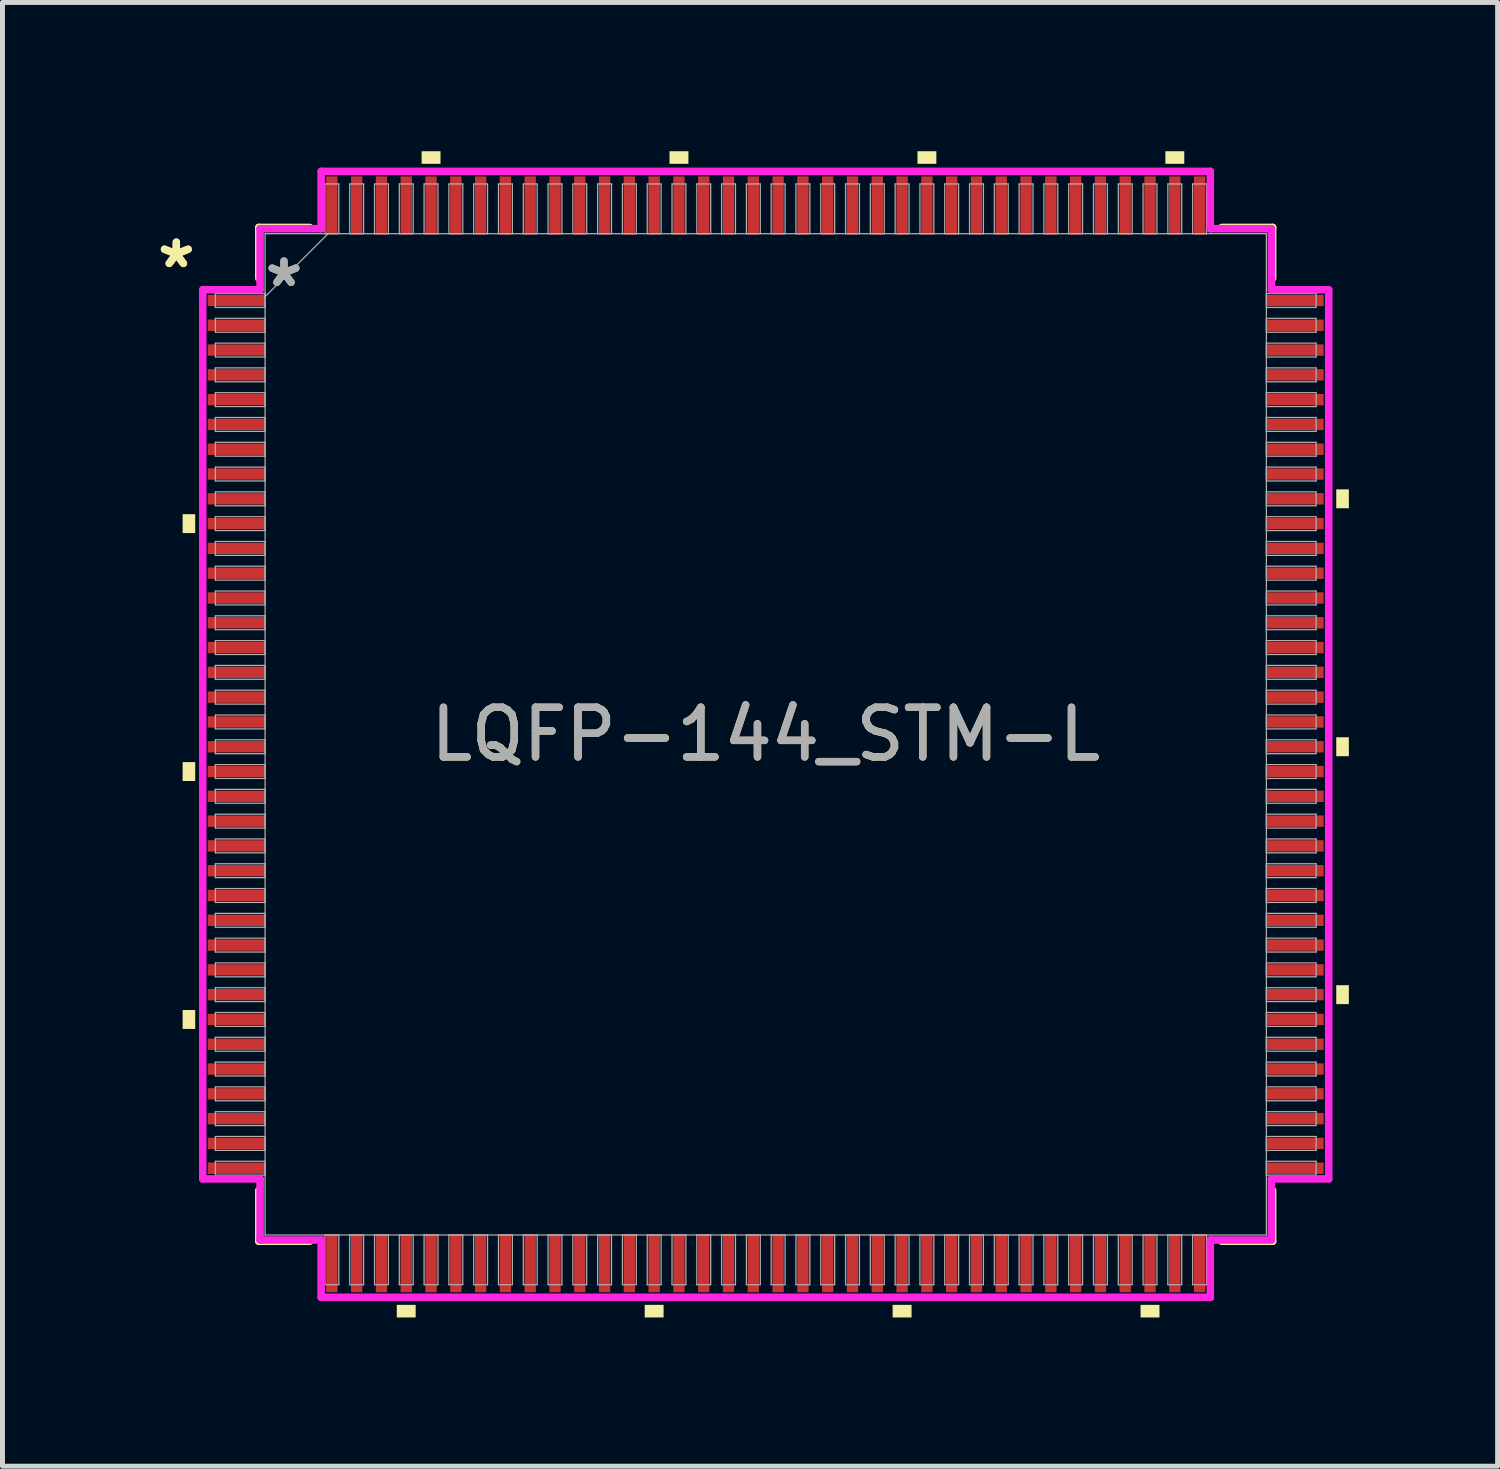
<source format=kicad_pcb>
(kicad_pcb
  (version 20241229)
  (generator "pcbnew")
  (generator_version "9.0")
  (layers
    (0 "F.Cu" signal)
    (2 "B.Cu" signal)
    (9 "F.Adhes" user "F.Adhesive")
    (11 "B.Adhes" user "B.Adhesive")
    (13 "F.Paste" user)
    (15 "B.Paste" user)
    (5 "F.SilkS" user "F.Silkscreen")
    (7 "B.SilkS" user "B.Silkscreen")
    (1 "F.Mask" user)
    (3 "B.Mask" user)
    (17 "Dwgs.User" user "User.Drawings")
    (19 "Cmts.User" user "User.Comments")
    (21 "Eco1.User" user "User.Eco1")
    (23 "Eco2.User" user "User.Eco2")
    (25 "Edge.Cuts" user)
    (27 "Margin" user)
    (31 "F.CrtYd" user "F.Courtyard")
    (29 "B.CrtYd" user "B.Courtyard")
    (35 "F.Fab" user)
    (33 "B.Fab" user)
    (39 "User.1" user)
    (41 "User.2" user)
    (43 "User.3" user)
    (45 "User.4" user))
  (footprint "LQFP-144_STM-L"
    (layer "F.Cu")
    (at 12.393 11.76)
    (property "Reference" "LQFP-144_STM-L" (at 0 0 0) (unlocked yes) (layer "F.SilkS") (effects (font (size 1 1) (thickness 0.15))))
    (attr smd)
    (fp_line (start -10.223 -10.223) (end -10.223 -9.197) (stroke (width 0.152) (type solid)) (layer "F.SilkS"))
    (fp_line (start -10.223 9.197) (end -10.223 10.223) (stroke (width 0.152) (type solid)) (layer "F.SilkS"))
    (fp_line (start -10.223 10.223) (end -9.197 10.223) (stroke (width 0.152) (type solid)) (layer "F.SilkS"))
    (fp_line (start -9.197 -10.223) (end -10.223 -10.223) (stroke (width 0.152) (type solid)) (layer "F.SilkS"))
    (fp_line (start 9.197 10.223) (end 10.223 10.223) (stroke (width 0.152) (type solid)) (layer "F.SilkS"))
    (fp_line (start 10.223 -10.223) (end 9.197 -10.223) (stroke (width 0.152) (type solid)) (layer "F.SilkS"))
    (fp_line (start 10.223 -9.197) (end 10.223 -10.223) (stroke (width 0.152) (type solid)) (layer "F.SilkS"))
    (fp_line (start 10.223 10.223) (end 10.223 9.197) (stroke (width 0.152) (type solid)) (layer "F.SilkS"))
    (fp_poly (pts (xy -11.76 -4.44) (xy -11.76 -4.059) (xy -11.506 -4.059) (xy -11.506 -4.44)) (stroke (width 0) (type solid)) (fill yes) (layer "F.SilkS"))
    (fp_poly (pts (xy -11.76 0.56) (xy -11.76 0.941) (xy -11.506 0.941) (xy -11.506 0.56)) (stroke (width 0) (type solid)) (fill yes) (layer "F.SilkS"))
    (fp_poly (pts (xy -11.76 5.56) (xy -11.76 5.941) (xy -11.506 5.941) (xy -11.506 5.56)) (stroke (width 0) (type solid)) (fill yes) (layer "F.SilkS"))
    (fp_poly (pts (xy -7.441 11.506) (xy -7.441 11.76) (xy -7.06 11.76) (xy -7.06 11.506)) (stroke (width 0) (type solid)) (fill yes) (layer "F.SilkS"))
    (fp_poly (pts (xy -6.94 -11.506) (xy -6.94 -11.76) (xy -6.559 -11.76) (xy -6.559 -11.506)) (stroke (width 0) (type solid)) (fill yes) (layer "F.SilkS"))
    (fp_poly (pts (xy -2.441 11.506) (xy -2.441 11.76) (xy -2.06 11.76) (xy -2.06 11.506)) (stroke (width 0) (type solid)) (fill yes) (layer "F.SilkS"))
    (fp_poly (pts (xy -1.94 -11.506) (xy -1.94 -11.76) (xy -1.559 -11.76) (xy -1.559 -11.506)) (stroke (width 0) (type solid)) (fill yes) (layer "F.SilkS"))
    (fp_poly (pts (xy 2.559 11.506) (xy 2.559 11.76) (xy 2.941 11.76) (xy 2.941 11.506)) (stroke (width 0) (type solid)) (fill yes) (layer "F.SilkS"))
    (fp_poly (pts (xy 3.06 -11.506) (xy 3.06 -11.76) (xy 3.441 -11.76) (xy 3.441 -11.506)) (stroke (width 0) (type solid)) (fill yes) (layer "F.SilkS"))
    (fp_poly (pts (xy 7.559 11.506) (xy 7.559 11.76) (xy 7.941 11.76) (xy 7.941 11.506)) (stroke (width 0) (type solid)) (fill yes) (layer "F.SilkS"))
    (fp_poly (pts (xy 8.06 -11.506) (xy 8.06 -11.76) (xy 8.441 -11.76) (xy 8.441 -11.506)) (stroke (width 0) (type solid)) (fill yes) (layer "F.SilkS"))
    (fp_poly (pts (xy 11.76 -4.941) (xy 11.76 -4.56) (xy 11.506 -4.56) (xy 11.506 -4.941)) (stroke (width 0) (type solid)) (fill yes) (layer "F.SilkS"))
    (fp_poly (pts (xy 11.76 0.059) (xy 11.76 0.441) (xy 11.506 0.441) (xy 11.506 0.059)) (stroke (width 0) (type solid)) (fill yes) (layer "F.SilkS"))
    (fp_poly (pts (xy 11.76 5.059) (xy 11.76 5.441) (xy 11.506 5.441) (xy 11.506 5.059)) (stroke (width 0) (type solid)) (fill yes) (layer "F.SilkS"))
    (fp_line (start -11.354 -8.966) (end -10.198 -8.966) (stroke (width 0.152) (type solid)) (layer "F.CrtYd"))
    (fp_line (start -11.354 8.966) (end -11.354 -8.966) (stroke (width 0.152) (type solid)) (layer "F.CrtYd"))
    (fp_line (start -10.198 -10.198) (end -8.966 -10.198) (stroke (width 0.152) (type solid)) (layer "F.CrtYd"))
    (fp_line (start -10.198 -8.966) (end -10.198 -10.198) (stroke (width 0.152) (type solid)) (layer "F.CrtYd"))
    (fp_line (start -10.198 8.966) (end -11.354 8.966) (stroke (width 0.152) (type solid)) (layer "F.CrtYd"))
    (fp_line (start -10.198 10.198) (end -10.198 8.966) (stroke (width 0.152) (type solid)) (layer "F.CrtYd"))
    (fp_line (start -10.198 10.198) (end -8.966 10.198) (stroke (width 0.152) (type solid)) (layer "F.CrtYd"))
    (fp_line (start -8.966 -11.354) (end 8.966 -11.354) (stroke (width 0.152) (type solid)) (layer "F.CrtYd"))
    (fp_line (start -8.966 -10.198) (end -8.966 -11.354) (stroke (width 0.152) (type solid)) (layer "F.CrtYd"))
    (fp_line (start -8.966 10.198) (end -8.966 11.354) (stroke (width 0.152) (type solid)) (layer "F.CrtYd"))
    (fp_line (start -8.966 11.354) (end 8.966 11.354) (stroke (width 0.152) (type solid)) (layer "F.CrtYd"))
    (fp_line (start 8.966 -11.354) (end 8.966 -10.198) (stroke (width 0.152) (type solid)) (layer "F.CrtYd"))
    (fp_line (start 8.966 -10.198) (end 10.198 -10.198) (stroke (width 0.152) (type solid)) (layer "F.CrtYd"))
    (fp_line (start 8.966 10.198) (end 10.198 10.198) (stroke (width 0.152) (type solid)) (layer "F.CrtYd"))
    (fp_line (start 8.966 11.354) (end 8.966 10.198) (stroke (width 0.152) (type solid)) (layer "F.CrtYd"))
    (fp_line (start 10.198 -8.966) (end 10.198 -10.198) (stroke (width 0.152) (type solid)) (layer "F.CrtYd"))
    (fp_line (start 10.198 8.966) (end 11.354 8.966) (stroke (width 0.152) (type solid)) (layer "F.CrtYd"))
    (fp_line (start 10.198 10.198) (end 10.198 8.966) (stroke (width 0.152) (type solid)) (layer "F.CrtYd"))
    (fp_line (start 11.354 -8.966) (end 10.198 -8.966) (stroke (width 0.152) (type solid)) (layer "F.CrtYd"))
    (fp_line (start 11.354 8.966) (end 11.354 -8.966) (stroke (width 0.152) (type solid)) (layer "F.CrtYd"))
    (fp_line (start -11.1 -8.89) (end -11.1 -8.61) (stroke (width 0.025) (type solid)) (layer "F.Fab"))
    (fp_line (start -11.1 -8.61) (end -10.097 -8.61) (stroke (width 0.025) (type solid)) (layer "F.Fab"))
    (fp_line (start -11.1 -8.39) (end -11.1 -8.11) (stroke (width 0.025) (type solid)) (layer "F.Fab"))
    (fp_line (start -11.1 -8.11) (end -10.097 -8.11) (stroke (width 0.025) (type solid)) (layer "F.Fab"))
    (fp_line (start -11.1 -7.89) (end -11.1 -7.61) (stroke (width 0.025) (type solid)) (layer "F.Fab"))
    (fp_line (start -11.1 -7.61) (end -10.097 -7.61) (stroke (width 0.025) (type solid)) (layer "F.Fab"))
    (fp_line (start -11.1 -7.39) (end -11.1 -7.11) (stroke (width 0.025) (type solid)) (layer "F.Fab"))
    (fp_line (start -11.1 -7.11) (end -10.097 -7.11) (stroke (width 0.025) (type solid)) (layer "F.Fab"))
    (fp_line (start -11.1 -6.89) (end -11.1 -6.61) (stroke (width 0.025) (type solid)) (layer "F.Fab"))
    (fp_line (start -11.1 -6.61) (end -10.097 -6.61) (stroke (width 0.025) (type solid)) (layer "F.Fab"))
    (fp_line (start -11.1 -6.39) (end -11.1 -6.11) (stroke (width 0.025) (type solid)) (layer "F.Fab"))
    (fp_line (start -11.1 -6.11) (end -10.097 -6.11) (stroke (width 0.025) (type solid)) (layer "F.Fab"))
    (fp_line (start -11.1 -5.89) (end -11.1 -5.61) (stroke (width 0.025) (type solid)) (layer "F.Fab"))
    (fp_line (start -11.1 -5.61) (end -10.097 -5.61) (stroke (width 0.025) (type solid)) (layer "F.Fab"))
    (fp_line (start -11.1 -5.39) (end -11.1 -5.11) (stroke (width 0.025) (type solid)) (layer "F.Fab"))
    (fp_line (start -11.1 -5.11) (end -10.097 -5.11) (stroke (width 0.025) (type solid)) (layer "F.Fab"))
    (fp_line (start -11.1 -4.89) (end -11.1 -4.61) (stroke (width 0.025) (type solid)) (layer "F.Fab"))
    (fp_line (start -11.1 -4.61) (end -10.097 -4.61) (stroke (width 0.025) (type solid)) (layer "F.Fab"))
    (fp_line (start -11.1 -4.39) (end -11.1 -4.11) (stroke (width 0.025) (type solid)) (layer "F.Fab"))
    (fp_line (start -11.1 -4.11) (end -10.097 -4.11) (stroke (width 0.025) (type solid)) (layer "F.Fab"))
    (fp_line (start -11.1 -3.89) (end -11.1 -3.61) (stroke (width 0.025) (type solid)) (layer "F.Fab"))
    (fp_line (start -11.1 -3.61) (end -10.097 -3.61) (stroke (width 0.025) (type solid)) (layer "F.Fab"))
    (fp_line (start -11.1 -3.39) (end -11.1 -3.11) (stroke (width 0.025) (type solid)) (layer "F.Fab"))
    (fp_line (start -11.1 -3.11) (end -10.097 -3.11) (stroke (width 0.025) (type solid)) (layer "F.Fab"))
    (fp_line (start -11.1 -2.89) (end -11.1 -2.61) (stroke (width 0.025) (type solid)) (layer "F.Fab"))
    (fp_line (start -11.1 -2.61) (end -10.097 -2.61) (stroke (width 0.025) (type solid)) (layer "F.Fab"))
    (fp_line (start -11.1 -2.39) (end -11.1 -2.11) (stroke (width 0.025) (type solid)) (layer "F.Fab"))
    (fp_line (start -11.1 -2.11) (end -10.097 -2.11) (stroke (width 0.025) (type solid)) (layer "F.Fab"))
    (fp_line (start -11.1 -1.89) (end -11.1 -1.61) (stroke (width 0.025) (type solid)) (layer "F.Fab"))
    (fp_line (start -11.1 -1.61) (end -10.097 -1.61) (stroke (width 0.025) (type solid)) (layer "F.Fab"))
    (fp_line (start -11.1 -1.39) (end -11.1 -1.11) (stroke (width 0.025) (type solid)) (layer "F.Fab"))
    (fp_line (start -11.1 -1.11) (end -10.097 -1.11) (stroke (width 0.025) (type solid)) (layer "F.Fab"))
    (fp_line (start -11.1 -0.89) (end -11.1 -0.61) (stroke (width 0.025) (type solid)) (layer "F.Fab"))
    (fp_line (start -11.1 -0.61) (end -10.097 -0.61) (stroke (width 0.025) (type solid)) (layer "F.Fab"))
    (fp_line (start -11.1 -0.39) (end -11.1 -0.11) (stroke (width 0.025) (type solid)) (layer "F.Fab"))
    (fp_line (start -11.1 -0.11) (end -10.097 -0.11) (stroke (width 0.025) (type solid)) (layer "F.Fab"))
    (fp_line (start -11.1 0.11) (end -11.1 0.39) (stroke (width 0.025) (type solid)) (layer "F.Fab"))
    (fp_line (start -11.1 0.39) (end -10.097 0.39) (stroke (width 0.025) (type solid)) (layer "F.Fab"))
    (fp_line (start -11.1 0.61) (end -11.1 0.89) (stroke (width 0.025) (type solid)) (layer "F.Fab"))
    (fp_line (start -11.1 0.89) (end -10.097 0.89) (stroke (width 0.025) (type solid)) (layer "F.Fab"))
    (fp_line (start -11.1 1.11) (end -11.1 1.39) (stroke (width 0.025) (type solid)) (layer "F.Fab"))
    (fp_line (start -11.1 1.39) (end -10.097 1.39) (stroke (width 0.025) (type solid)) (layer "F.Fab"))
    (fp_line (start -11.1 1.61) (end -11.1 1.89) (stroke (width 0.025) (type solid)) (layer "F.Fab"))
    (fp_line (start -11.1 1.89) (end -10.097 1.89) (stroke (width 0.025) (type solid)) (layer "F.Fab"))
    (fp_line (start -11.1 2.11) (end -11.1 2.39) (stroke (width 0.025) (type solid)) (layer "F.Fab"))
    (fp_line (start -11.1 2.39) (end -10.097 2.39) (stroke (width 0.025) (type solid)) (layer "F.Fab"))
    (fp_line (start -11.1 2.61) (end -11.1 2.89) (stroke (width 0.025) (type solid)) (layer "F.Fab"))
    (fp_line (start -11.1 2.89) (end -10.097 2.89) (stroke (width 0.025) (type solid)) (layer "F.Fab"))
    (fp_line (start -11.1 3.11) (end -11.1 3.39) (stroke (width 0.025) (type solid)) (layer "F.Fab"))
    (fp_line (start -11.1 3.39) (end -10.097 3.39) (stroke (width 0.025) (type solid)) (layer "F.Fab"))
    (fp_line (start -11.1 3.61) (end -11.1 3.89) (stroke (width 0.025) (type solid)) (layer "F.Fab"))
    (fp_line (start -11.1 3.89) (end -10.097 3.89) (stroke (width 0.025) (type solid)) (layer "F.Fab"))
    (fp_line (start -11.1 4.11) (end -11.1 4.39) (stroke (width 0.025) (type solid)) (layer "F.Fab"))
    (fp_line (start -11.1 4.39) (end -10.097 4.39) (stroke (width 0.025) (type solid)) (layer "F.Fab"))
    (fp_line (start -11.1 4.61) (end -11.1 4.89) (stroke (width 0.025) (type solid)) (layer "F.Fab"))
    (fp_line (start -11.1 4.89) (end -10.097 4.89) (stroke (width 0.025) (type solid)) (layer "F.Fab"))
    (fp_line (start -11.1 5.11) (end -11.1 5.39) (stroke (width 0.025) (type solid)) (layer "F.Fab"))
    (fp_line (start -11.1 5.39) (end -10.097 5.39) (stroke (width 0.025) (type solid)) (layer "F.Fab"))
    (fp_line (start -11.1 5.61) (end -11.1 5.89) (stroke (width 0.025) (type solid)) (layer "F.Fab"))
    (fp_line (start -11.1 5.89) (end -10.097 5.89) (stroke (width 0.025) (type solid)) (layer "F.Fab"))
    (fp_line (start -11.1 6.11) (end -11.1 6.39) (stroke (width 0.025) (type solid)) (layer "F.Fab"))
    (fp_line (start -11.1 6.39) (end -10.097 6.39) (stroke (width 0.025) (type solid)) (layer "F.Fab"))
    (fp_line (start -11.1 6.61) (end -11.1 6.89) (stroke (width 0.025) (type solid)) (layer "F.Fab"))
    (fp_line (start -11.1 6.89) (end -10.097 6.89) (stroke (width 0.025) (type solid)) (layer "F.Fab"))
    (fp_line (start -11.1 7.11) (end -11.1 7.39) (stroke (width 0.025) (type solid)) (layer "F.Fab"))
    (fp_line (start -11.1 7.39) (end -10.097 7.39) (stroke (width 0.025) (type solid)) (layer "F.Fab"))
    (fp_line (start -11.1 7.61) (end -11.1 7.89) (stroke (width 0.025) (type solid)) (layer "F.Fab"))
    (fp_line (start -11.1 7.89) (end -10.097 7.89) (stroke (width 0.025) (type solid)) (layer "F.Fab"))
    (fp_line (start -11.1 8.11) (end -11.1 8.39) (stroke (width 0.025) (type solid)) (layer "F.Fab"))
    (fp_line (start -11.1 8.39) (end -10.097 8.39) (stroke (width 0.025) (type solid)) (layer "F.Fab"))
    (fp_line (start -11.1 8.61) (end -11.1 8.89) (stroke (width 0.025) (type solid)) (layer "F.Fab"))
    (fp_line (start -11.1 8.89) (end -10.097 8.89) (stroke (width 0.025) (type solid)) (layer "F.Fab"))
    (fp_line (start -10.097 -10.097) (end -10.097 10.097) (stroke (width 0.025) (type solid)) (layer "F.Fab"))
    (fp_line (start -10.097 -8.89) (end -11.1 -8.89) (stroke (width 0.025) (type solid)) (layer "F.Fab"))
    (fp_line (start -10.097 -8.826) (end -8.826 -10.097) (stroke (width 0.025) (type solid)) (layer "F.Fab"))
    (fp_line (start -10.097 -8.61) (end -10.097 -8.89) (stroke (width 0.025) (type solid)) (layer "F.Fab"))
    (fp_line (start -10.097 -8.39) (end -11.1 -8.39) (stroke (width 0.025) (type solid)) (layer "F.Fab"))
    (fp_line (start -10.097 -8.11) (end -10.097 -8.39) (stroke (width 0.025) (type solid)) (layer "F.Fab"))
    (fp_line (start -10.097 -7.89) (end -11.1 -7.89) (stroke (width 0.025) (type solid)) (layer "F.Fab"))
    (fp_line (start -10.097 -7.61) (end -10.097 -7.89) (stroke (width 0.025) (type solid)) (layer "F.Fab"))
    (fp_line (start -10.097 -7.39) (end -11.1 -7.39) (stroke (width 0.025) (type solid)) (layer "F.Fab"))
    (fp_line (start -10.097 -7.11) (end -10.097 -7.39) (stroke (width 0.025) (type solid)) (layer "F.Fab"))
    (fp_line (start -10.097 -6.89) (end -11.1 -6.89) (stroke (width 0.025) (type solid)) (layer "F.Fab"))
    (fp_line (start -10.097 -6.61) (end -10.097 -6.89) (stroke (width 0.025) (type solid)) (layer "F.Fab"))
    (fp_line (start -10.097 -6.39) (end -11.1 -6.39) (stroke (width 0.025) (type solid)) (layer "F.Fab"))
    (fp_line (start -10.097 -6.11) (end -10.097 -6.39) (stroke (width 0.025) (type solid)) (layer "F.Fab"))
    (fp_line (start -10.097 -5.89) (end -11.1 -5.89) (stroke (width 0.025) (type solid)) (layer "F.Fab"))
    (fp_line (start -10.097 -5.61) (end -10.097 -5.89) (stroke (width 0.025) (type solid)) (layer "F.Fab"))
    (fp_line (start -10.097 -5.39) (end -11.1 -5.39) (stroke (width 0.025) (type solid)) (layer "F.Fab"))
    (fp_line (start -10.097 -5.11) (end -10.097 -5.39) (stroke (width 0.025) (type solid)) (layer "F.Fab"))
    (fp_line (start -10.097 -4.89) (end -11.1 -4.89) (stroke (width 0.025) (type solid)) (layer "F.Fab"))
    (fp_line (start -10.097 -4.61) (end -10.097 -4.89) (stroke (width 0.025) (type solid)) (layer "F.Fab"))
    (fp_line (start -10.097 -4.39) (end -11.1 -4.39) (stroke (width 0.025) (type solid)) (layer "F.Fab"))
    (fp_line (start -10.097 -4.11) (end -10.097 -4.39) (stroke (width 0.025) (type solid)) (layer "F.Fab"))
    (fp_line (start -10.097 -3.89) (end -11.1 -3.89) (stroke (width 0.025) (type solid)) (layer "F.Fab"))
    (fp_line (start -10.097 -3.61) (end -10.097 -3.89) (stroke (width 0.025) (type solid)) (layer "F.Fab"))
    (fp_line (start -10.097 -3.39) (end -11.1 -3.39) (stroke (width 0.025) (type solid)) (layer "F.Fab"))
    (fp_line (start -10.097 -3.11) (end -10.097 -3.39) (stroke (width 0.025) (type solid)) (layer "F.Fab"))
    (fp_line (start -10.097 -2.89) (end -11.1 -2.89) (stroke (width 0.025) (type solid)) (layer "F.Fab"))
    (fp_line (start -10.097 -2.61) (end -10.097 -2.89) (stroke (width 0.025) (type solid)) (layer "F.Fab"))
    (fp_line (start -10.097 -2.39) (end -11.1 -2.39) (stroke (width 0.025) (type solid)) (layer "F.Fab"))
    (fp_line (start -10.097 -2.11) (end -10.097 -2.39) (stroke (width 0.025) (type solid)) (layer "F.Fab"))
    (fp_line (start -10.097 -1.89) (end -11.1 -1.89) (stroke (width 0.025) (type solid)) (layer "F.Fab"))
    (fp_line (start -10.097 -1.61) (end -10.097 -1.89) (stroke (width 0.025) (type solid)) (layer "F.Fab"))
    (fp_line (start -10.097 -1.39) (end -11.1 -1.39) (stroke (width 0.025) (type solid)) (layer "F.Fab"))
    (fp_line (start -10.097 -1.11) (end -10.097 -1.39) (stroke (width 0.025) (type solid)) (layer "F.Fab"))
    (fp_line (start -10.097 -0.89) (end -11.1 -0.89) (stroke (width 0.025) (type solid)) (layer "F.Fab"))
    (fp_line (start -10.097 -0.61) (end -10.097 -0.89) (stroke (width 0.025) (type solid)) (layer "F.Fab"))
    (fp_line (start -10.097 -0.39) (end -11.1 -0.39) (stroke (width 0.025) (type solid)) (layer "F.Fab"))
    (fp_line (start -10.097 -0.11) (end -10.097 -0.39) (stroke (width 0.025) (type solid)) (layer "F.Fab"))
    (fp_line (start -10.097 0.11) (end -11.1 0.11) (stroke (width 0.025) (type solid)) (layer "F.Fab"))
    (fp_line (start -10.097 0.39) (end -10.097 0.11) (stroke (width 0.025) (type solid)) (layer "F.Fab"))
    (fp_line (start -10.097 0.61) (end -11.1 0.61) (stroke (width 0.025) (type solid)) (layer "F.Fab"))
    (fp_line (start -10.097 0.89) (end -10.097 0.61) (stroke (width 0.025) (type solid)) (layer "F.Fab"))
    (fp_line (start -10.097 1.11) (end -11.1 1.11) (stroke (width 0.025) (type solid)) (layer "F.Fab"))
    (fp_line (start -10.097 1.39) (end -10.097 1.11) (stroke (width 0.025) (type solid)) (layer "F.Fab"))
    (fp_line (start -10.097 1.61) (end -11.1 1.61) (stroke (width 0.025) (type solid)) (layer "F.Fab"))
    (fp_line (start -10.097 1.89) (end -10.097 1.61) (stroke (width 0.025) (type solid)) (layer "F.Fab"))
    (fp_line (start -10.097 2.11) (end -11.1 2.11) (stroke (width 0.025) (type solid)) (layer "F.Fab"))
    (fp_line (start -10.097 2.39) (end -10.097 2.11) (stroke (width 0.025) (type solid)) (layer "F.Fab"))
    (fp_line (start -10.097 2.61) (end -11.1 2.61) (stroke (width 0.025) (type solid)) (layer "F.Fab"))
    (fp_line (start -10.097 2.89) (end -10.097 2.61) (stroke (width 0.025) (type solid)) (layer "F.Fab"))
    (fp_line (start -10.097 3.11) (end -11.1 3.11) (stroke (width 0.025) (type solid)) (layer "F.Fab"))
    (fp_line (start -10.097 3.39) (end -10.097 3.11) (stroke (width 0.025) (type solid)) (layer "F.Fab"))
    (fp_line (start -10.097 3.61) (end -11.1 3.61) (stroke (width 0.025) (type solid)) (layer "F.Fab"))
    (fp_line (start -10.097 3.89) (end -10.097 3.61) (stroke (width 0.025) (type solid)) (layer "F.Fab"))
    (fp_line (start -10.097 4.11) (end -11.1 4.11) (stroke (width 0.025) (type solid)) (layer "F.Fab"))
    (fp_line (start -10.097 4.39) (end -10.097 4.11) (stroke (width 0.025) (type solid)) (layer "F.Fab"))
    (fp_line (start -10.097 4.61) (end -11.1 4.61) (stroke (width 0.025) (type solid)) (layer "F.Fab"))
    (fp_line (start -10.097 4.89) (end -10.097 4.61) (stroke (width 0.025) (type solid)) (layer "F.Fab"))
    (fp_line (start -10.097 5.11) (end -11.1 5.11) (stroke (width 0.025) (type solid)) (layer "F.Fab"))
    (fp_line (start -10.097 5.39) (end -10.097 5.11) (stroke (width 0.025) (type solid)) (layer "F.Fab"))
    (fp_line (start -10.097 5.61) (end -11.1 5.61) (stroke (width 0.025) (type solid)) (layer "F.Fab"))
    (fp_line (start -10.097 5.89) (end -10.097 5.61) (stroke (width 0.025) (type solid)) (layer "F.Fab"))
    (fp_line (start -10.097 6.11) (end -11.1 6.11) (stroke (width 0.025) (type solid)) (layer "F.Fab"))
    (fp_line (start -10.097 6.39) (end -10.097 6.11) (stroke (width 0.025) (type solid)) (layer "F.Fab"))
    (fp_line (start -10.097 6.61) (end -11.1 6.61) (stroke (width 0.025) (type solid)) (layer "F.Fab"))
    (fp_line (start -10.097 6.89) (end -10.097 6.61) (stroke (width 0.025) (type solid)) (layer "F.Fab"))
    (fp_line (start -10.097 7.11) (end -11.1 7.11) (stroke (width 0.025) (type solid)) (layer "F.Fab"))
    (fp_line (start -10.097 7.39) (end -10.097 7.11) (stroke (width 0.025) (type solid)) (layer "F.Fab"))
    (fp_line (start -10.097 7.61) (end -11.1 7.61) (stroke (width 0.025) (type solid)) (layer "F.Fab"))
    (fp_line (start -10.097 7.89) (end -10.097 7.61) (stroke (width 0.025) (type solid)) (layer "F.Fab"))
    (fp_line (start -10.097 8.11) (end -11.1 8.11) (stroke (width 0.025) (type solid)) (layer "F.Fab"))
    (fp_line (start -10.097 8.39) (end -10.097 8.11) (stroke (width 0.025) (type solid)) (layer "F.Fab"))
    (fp_line (start -10.097 8.61) (end -11.1 8.61) (stroke (width 0.025) (type solid)) (layer "F.Fab"))
    (fp_line (start -10.097 8.89) (end -10.097 8.61) (stroke (width 0.025) (type solid)) (layer "F.Fab"))
    (fp_line (start -10.097 10.097) (end 10.097 10.097) (stroke (width 0.025) (type solid)) (layer "F.Fab"))
    (fp_line (start -8.89 -11.1) (end -8.89 -10.097) (stroke (width 0.025) (type solid)) (layer "F.Fab"))
    (fp_line (start -8.89 -10.097) (end -8.61 -10.097) (stroke (width 0.025) (type solid)) (layer "F.Fab"))
    (fp_line (start -8.89 10.097) (end -8.89 11.1) (stroke (width 0.025) (type solid)) (layer "F.Fab"))
    (fp_line (start -8.89 11.1) (end -8.61 11.1) (stroke (width 0.025) (type solid)) (layer "F.Fab"))
    (fp_line (start -8.61 -11.1) (end -8.89 -11.1) (stroke (width 0.025) (type solid)) (layer "F.Fab"))
    (fp_line (start -8.61 -10.097) (end -8.61 -11.1) (stroke (width 0.025) (type solid)) (layer "F.Fab"))
    (fp_line (start -8.61 10.097) (end -8.89 10.097) (stroke (width 0.025) (type solid)) (layer "F.Fab"))
    (fp_line (start -8.61 11.1) (end -8.61 10.097) (stroke (width 0.025) (type solid)) (layer "F.Fab"))
    (fp_line (start -8.39 -11.1) (end -8.39 -10.097) (stroke (width 0.025) (type solid)) (layer "F.Fab"))
    (fp_line (start -8.39 -10.097) (end -8.11 -10.097) (stroke (width 0.025) (type solid)) (layer "F.Fab"))
    (fp_line (start -8.39 10.097) (end -8.39 11.1) (stroke (width 0.025) (type solid)) (layer "F.Fab"))
    (fp_line (start -8.39 11.1) (end -8.11 11.1) (stroke (width 0.025) (type solid)) (layer "F.Fab"))
    (fp_line (start -8.11 -11.1) (end -8.39 -11.1) (stroke (width 0.025) (type solid)) (layer "F.Fab"))
    (fp_line (start -8.11 -10.097) (end -8.11 -11.1) (stroke (width 0.025) (type solid)) (layer "F.Fab"))
    (fp_line (start -8.11 10.097) (end -8.39 10.097) (stroke (width 0.025) (type solid)) (layer "F.Fab"))
    (fp_line (start -8.11 11.1) (end -8.11 10.097) (stroke (width 0.025) (type solid)) (layer "F.Fab"))
    (fp_line (start -7.89 -11.1) (end -7.89 -10.097) (stroke (width 0.025) (type solid)) (layer "F.Fab"))
    (fp_line (start -7.89 -10.097) (end -7.61 -10.097) (stroke (width 0.025) (type solid)) (layer "F.Fab"))
    (fp_line (start -7.89 10.097) (end -7.89 11.1) (stroke (width 0.025) (type solid)) (layer "F.Fab"))
    (fp_line (start -7.89 11.1) (end -7.61 11.1) (stroke (width 0.025) (type solid)) (layer "F.Fab"))
    (fp_line (start -7.61 -11.1) (end -7.89 -11.1) (stroke (width 0.025) (type solid)) (layer "F.Fab"))
    (fp_line (start -7.61 -10.097) (end -7.61 -11.1) (stroke (width 0.025) (type solid)) (layer "F.Fab"))
    (fp_line (start -7.61 10.097) (end -7.89 10.097) (stroke (width 0.025) (type solid)) (layer "F.Fab"))
    (fp_line (start -7.61 11.1) (end -7.61 10.097) (stroke (width 0.025) (type solid)) (layer "F.Fab"))
    (fp_line (start -7.39 -11.1) (end -7.39 -10.097) (stroke (width 0.025) (type solid)) (layer "F.Fab"))
    (fp_line (start -7.39 -10.097) (end -7.11 -10.097) (stroke (width 0.025) (type solid)) (layer "F.Fab"))
    (fp_line (start -7.39 10.097) (end -7.39 11.1) (stroke (width 0.025) (type solid)) (layer "F.Fab"))
    (fp_line (start -7.39 11.1) (end -7.11 11.1) (stroke (width 0.025) (type solid)) (layer "F.Fab"))
    (fp_line (start -7.11 -11.1) (end -7.39 -11.1) (stroke (width 0.025) (type solid)) (layer "F.Fab"))
    (fp_line (start -7.11 -10.097) (end -7.11 -11.1) (stroke (width 0.025) (type solid)) (layer "F.Fab"))
    (fp_line (start -7.11 10.097) (end -7.39 10.097) (stroke (width 0.025) (type solid)) (layer "F.Fab"))
    (fp_line (start -7.11 11.1) (end -7.11 10.097) (stroke (width 0.025) (type solid)) (layer "F.Fab"))
    (fp_line (start -6.89 -11.1) (end -6.89 -10.097) (stroke (width 0.025) (type solid)) (layer "F.Fab"))
    (fp_line (start -6.89 -10.097) (end -6.61 -10.097) (stroke (width 0.025) (type solid)) (layer "F.Fab"))
    (fp_line (start -6.89 10.097) (end -6.89 11.1) (stroke (width 0.025) (type solid)) (layer "F.Fab"))
    (fp_line (start -6.89 11.1) (end -6.61 11.1) (stroke (width 0.025) (type solid)) (layer "F.Fab"))
    (fp_line (start -6.61 -11.1) (end -6.89 -11.1) (stroke (width 0.025) (type solid)) (layer "F.Fab"))
    (fp_line (start -6.61 -10.097) (end -6.61 -11.1) (stroke (width 0.025) (type solid)) (layer "F.Fab"))
    (fp_line (start -6.61 10.097) (end -6.89 10.097) (stroke (width 0.025) (type solid)) (layer "F.Fab"))
    (fp_line (start -6.61 11.1) (end -6.61 10.097) (stroke (width 0.025) (type solid)) (layer "F.Fab"))
    (fp_line (start -6.39 -11.1) (end -6.39 -10.097) (stroke (width 0.025) (type solid)) (layer "F.Fab"))
    (fp_line (start -6.39 -10.097) (end -6.11 -10.097) (stroke (width 0.025) (type solid)) (layer "F.Fab"))
    (fp_line (start -6.39 10.097) (end -6.39 11.1) (stroke (width 0.025) (type solid)) (layer "F.Fab"))
    (fp_line (start -6.39 11.1) (end -6.11 11.1) (stroke (width 0.025) (type solid)) (layer "F.Fab"))
    (fp_line (start -6.11 -11.1) (end -6.39 -11.1) (stroke (width 0.025) (type solid)) (layer "F.Fab"))
    (fp_line (start -6.11 -10.097) (end -6.11 -11.1) (stroke (width 0.025) (type solid)) (layer "F.Fab"))
    (fp_line (start -6.11 10.097) (end -6.39 10.097) (stroke (width 0.025) (type solid)) (layer "F.Fab"))
    (fp_line (start -6.11 11.1) (end -6.11 10.097) (stroke (width 0.025) (type solid)) (layer "F.Fab"))
    (fp_line (start -5.89 -11.1) (end -5.89 -10.097) (stroke (width 0.025) (type solid)) (layer "F.Fab"))
    (fp_line (start -5.89 -10.097) (end -5.61 -10.097) (stroke (width 0.025) (type solid)) (layer "F.Fab"))
    (fp_line (start -5.89 10.097) (end -5.89 11.1) (stroke (width 0.025) (type solid)) (layer "F.Fab"))
    (fp_line (start -5.89 11.1) (end -5.61 11.1) (stroke (width 0.025) (type solid)) (layer "F.Fab"))
    (fp_line (start -5.61 -11.1) (end -5.89 -11.1) (stroke (width 0.025) (type solid)) (layer "F.Fab"))
    (fp_line (start -5.61 -10.097) (end -5.61 -11.1) (stroke (width 0.025) (type solid)) (layer "F.Fab"))
    (fp_line (start -5.61 10.097) (end -5.89 10.097) (stroke (width 0.025) (type solid)) (layer "F.Fab"))
    (fp_line (start -5.61 11.1) (end -5.61 10.097) (stroke (width 0.025) (type solid)) (layer "F.Fab"))
    (fp_line (start -5.39 -11.1) (end -5.39 -10.097) (stroke (width 0.025) (type solid)) (layer "F.Fab"))
    (fp_line (start -5.39 -10.097) (end -5.11 -10.097) (stroke (width 0.025) (type solid)) (layer "F.Fab"))
    (fp_line (start -5.39 10.097) (end -5.39 11.1) (stroke (width 0.025) (type solid)) (layer "F.Fab"))
    (fp_line (start -5.39 11.1) (end -5.11 11.1) (stroke (width 0.025) (type solid)) (layer "F.Fab"))
    (fp_line (start -5.11 -11.1) (end -5.39 -11.1) (stroke (width 0.025) (type solid)) (layer "F.Fab"))
    (fp_line (start -5.11 -10.097) (end -5.11 -11.1) (stroke (width 0.025) (type solid)) (layer "F.Fab"))
    (fp_line (start -5.11 10.097) (end -5.39 10.097) (stroke (width 0.025) (type solid)) (layer "F.Fab"))
    (fp_line (start -5.11 11.1) (end -5.11 10.097) (stroke (width 0.025) (type solid)) (layer "F.Fab"))
    (fp_line (start -4.89 -11.1) (end -4.89 -10.097) (stroke (width 0.025) (type solid)) (layer "F.Fab"))
    (fp_line (start -4.89 -10.097) (end -4.61 -10.097) (stroke (width 0.025) (type solid)) (layer "F.Fab"))
    (fp_line (start -4.89 10.097) (end -4.89 11.1) (stroke (width 0.025) (type solid)) (layer "F.Fab"))
    (fp_line (start -4.89 11.1) (end -4.61 11.1) (stroke (width 0.025) (type solid)) (layer "F.Fab"))
    (fp_line (start -4.61 -11.1) (end -4.89 -11.1) (stroke (width 0.025) (type solid)) (layer "F.Fab"))
    (fp_line (start -4.61 -10.097) (end -4.61 -11.1) (stroke (width 0.025) (type solid)) (layer "F.Fab"))
    (fp_line (start -4.61 10.097) (end -4.89 10.097) (stroke (width 0.025) (type solid)) (layer "F.Fab"))
    (fp_line (start -4.61 11.1) (end -4.61 10.097) (stroke (width 0.025) (type solid)) (layer "F.Fab"))
    (fp_line (start -4.39 -11.1) (end -4.39 -10.097) (stroke (width 0.025) (type solid)) (layer "F.Fab"))
    (fp_line (start -4.39 -10.097) (end -4.11 -10.097) (stroke (width 0.025) (type solid)) (layer "F.Fab"))
    (fp_line (start -4.39 10.097) (end -4.39 11.1) (stroke (width 0.025) (type solid)) (layer "F.Fab"))
    (fp_line (start -4.39 11.1) (end -4.11 11.1) (stroke (width 0.025) (type solid)) (layer "F.Fab"))
    (fp_line (start -4.11 -11.1) (end -4.39 -11.1) (stroke (width 0.025) (type solid)) (layer "F.Fab"))
    (fp_line (start -4.11 -10.097) (end -4.11 -11.1) (stroke (width 0.025) (type solid)) (layer "F.Fab"))
    (fp_line (start -4.11 10.097) (end -4.39 10.097) (stroke (width 0.025) (type solid)) (layer "F.Fab"))
    (fp_line (start -4.11 11.1) (end -4.11 10.097) (stroke (width 0.025) (type solid)) (layer "F.Fab"))
    (fp_line (start -3.89 -11.1) (end -3.89 -10.097) (stroke (width 0.025) (type solid)) (layer "F.Fab"))
    (fp_line (start -3.89 -10.097) (end -3.61 -10.097) (stroke (width 0.025) (type solid)) (layer "F.Fab"))
    (fp_line (start -3.89 10.097) (end -3.89 11.1) (stroke (width 0.025) (type solid)) (layer "F.Fab"))
    (fp_line (start -3.89 11.1) (end -3.61 11.1) (stroke (width 0.025) (type solid)) (layer "F.Fab"))
    (fp_line (start -3.61 -11.1) (end -3.89 -11.1) (stroke (width 0.025) (type solid)) (layer "F.Fab"))
    (fp_line (start -3.61 -10.097) (end -3.61 -11.1) (stroke (width 0.025) (type solid)) (layer "F.Fab"))
    (fp_line (start -3.61 10.097) (end -3.89 10.097) (stroke (width 0.025) (type solid)) (layer "F.Fab"))
    (fp_line (start -3.61 11.1) (end -3.61 10.097) (stroke (width 0.025) (type solid)) (layer "F.Fab"))
    (fp_line (start -3.39 -11.1) (end -3.39 -10.097) (stroke (width 0.025) (type solid)) (layer "F.Fab"))
    (fp_line (start -3.39 -10.097) (end -3.11 -10.097) (stroke (width 0.025) (type solid)) (layer "F.Fab"))
    (fp_line (start -3.39 10.097) (end -3.39 11.1) (stroke (width 0.025) (type solid)) (layer "F.Fab"))
    (fp_line (start -3.39 11.1) (end -3.11 11.1) (stroke (width 0.025) (type solid)) (layer "F.Fab"))
    (fp_line (start -3.11 -11.1) (end -3.39 -11.1) (stroke (width 0.025) (type solid)) (layer "F.Fab"))
    (fp_line (start -3.11 -10.097) (end -3.11 -11.1) (stroke (width 0.025) (type solid)) (layer "F.Fab"))
    (fp_line (start -3.11 10.097) (end -3.39 10.097) (stroke (width 0.025) (type solid)) (layer "F.Fab"))
    (fp_line (start -3.11 11.1) (end -3.11 10.097) (stroke (width 0.025) (type solid)) (layer "F.Fab"))
    (fp_line (start -2.89 -11.1) (end -2.89 -10.097) (stroke (width 0.025) (type solid)) (layer "F.Fab"))
    (fp_line (start -2.89 -10.097) (end -2.61 -10.097) (stroke (width 0.025) (type solid)) (layer "F.Fab"))
    (fp_line (start -2.89 10.097) (end -2.89 11.1) (stroke (width 0.025) (type solid)) (layer "F.Fab"))
    (fp_line (start -2.89 11.1) (end -2.61 11.1) (stroke (width 0.025) (type solid)) (layer "F.Fab"))
    (fp_line (start -2.61 -11.1) (end -2.89 -11.1) (stroke (width 0.025) (type solid)) (layer "F.Fab"))
    (fp_line (start -2.61 -10.097) (end -2.61 -11.1) (stroke (width 0.025) (type solid)) (layer "F.Fab"))
    (fp_line (start -2.61 10.097) (end -2.89 10.097) (stroke (width 0.025) (type solid)) (layer "F.Fab"))
    (fp_line (start -2.61 11.1) (end -2.61 10.097) (stroke (width 0.025) (type solid)) (layer "F.Fab"))
    (fp_line (start -2.39 -11.1) (end -2.39 -10.097) (stroke (width 0.025) (type solid)) (layer "F.Fab"))
    (fp_line (start -2.39 -10.097) (end -2.11 -10.097) (stroke (width 0.025) (type solid)) (layer "F.Fab"))
    (fp_line (start -2.39 10.097) (end -2.39 11.1) (stroke (width 0.025) (type solid)) (layer "F.Fab"))
    (fp_line (start -2.39 11.1) (end -2.11 11.1) (stroke (width 0.025) (type solid)) (layer "F.Fab"))
    (fp_line (start -2.11 -11.1) (end -2.39 -11.1) (stroke (width 0.025) (type solid)) (layer "F.Fab"))
    (fp_line (start -2.11 -10.097) (end -2.11 -11.1) (stroke (width 0.025) (type solid)) (layer "F.Fab"))
    (fp_line (start -2.11 10.097) (end -2.39 10.097) (stroke (width 0.025) (type solid)) (layer "F.Fab"))
    (fp_line (start -2.11 11.1) (end -2.11 10.097) (stroke (width 0.025) (type solid)) (layer "F.Fab"))
    (fp_line (start -1.89 -11.1) (end -1.89 -10.097) (stroke (width 0.025) (type solid)) (layer "F.Fab"))
    (fp_line (start -1.89 -10.097) (end -1.61 -10.097) (stroke (width 0.025) (type solid)) (layer "F.Fab"))
    (fp_line (start -1.89 10.097) (end -1.89 11.1) (stroke (width 0.025) (type solid)) (layer "F.Fab"))
    (fp_line (start -1.89 11.1) (end -1.61 11.1) (stroke (width 0.025) (type solid)) (layer "F.Fab"))
    (fp_line (start -1.61 -11.1) (end -1.89 -11.1) (stroke (width 0.025) (type solid)) (layer "F.Fab"))
    (fp_line (start -1.61 -10.097) (end -1.61 -11.1) (stroke (width 0.025) (type solid)) (layer "F.Fab"))
    (fp_line (start -1.61 10.097) (end -1.89 10.097) (stroke (width 0.025) (type solid)) (layer "F.Fab"))
    (fp_line (start -1.61 11.1) (end -1.61 10.097) (stroke (width 0.025) (type solid)) (layer "F.Fab"))
    (fp_line (start -1.39 -11.1) (end -1.39 -10.097) (stroke (width 0.025) (type solid)) (layer "F.Fab"))
    (fp_line (start -1.39 -10.097) (end -1.11 -10.097) (stroke (width 0.025) (type solid)) (layer "F.Fab"))
    (fp_line (start -1.39 10.097) (end -1.39 11.1) (stroke (width 0.025) (type solid)) (layer "F.Fab"))
    (fp_line (start -1.39 11.1) (end -1.11 11.1) (stroke (width 0.025) (type solid)) (layer "F.Fab"))
    (fp_line (start -1.11 -11.1) (end -1.39 -11.1) (stroke (width 0.025) (type solid)) (layer "F.Fab"))
    (fp_line (start -1.11 -10.097) (end -1.11 -11.1) (stroke (width 0.025) (type solid)) (layer "F.Fab"))
    (fp_line (start -1.11 10.097) (end -1.39 10.097) (stroke (width 0.025) (type solid)) (layer "F.Fab"))
    (fp_line (start -1.11 11.1) (end -1.11 10.097) (stroke (width 0.025) (type solid)) (layer "F.Fab"))
    (fp_line (start -0.89 -11.1) (end -0.89 -10.097) (stroke (width 0.025) (type solid)) (layer "F.Fab"))
    (fp_line (start -0.89 -10.097) (end -0.61 -10.097) (stroke (width 0.025) (type solid)) (layer "F.Fab"))
    (fp_line (start -0.89 10.097) (end -0.89 11.1) (stroke (width 0.025) (type solid)) (layer "F.Fab"))
    (fp_line (start -0.89 11.1) (end -0.61 11.1) (stroke (width 0.025) (type solid)) (layer "F.Fab"))
    (fp_line (start -0.61 -11.1) (end -0.89 -11.1) (stroke (width 0.025) (type solid)) (layer "F.Fab"))
    (fp_line (start -0.61 -10.097) (end -0.61 -11.1) (stroke (width 0.025) (type solid)) (layer "F.Fab"))
    (fp_line (start -0.61 10.097) (end -0.89 10.097) (stroke (width 0.025) (type solid)) (layer "F.Fab"))
    (fp_line (start -0.61 11.1) (end -0.61 10.097) (stroke (width 0.025) (type solid)) (layer "F.Fab"))
    (fp_line (start -0.39 -11.1) (end -0.39 -10.097) (stroke (width 0.025) (type solid)) (layer "F.Fab"))
    (fp_line (start -0.39 -10.097) (end -0.11 -10.097) (stroke (width 0.025) (type solid)) (layer "F.Fab"))
    (fp_line (start -0.39 10.097) (end -0.39 11.1) (stroke (width 0.025) (type solid)) (layer "F.Fab"))
    (fp_line (start -0.39 11.1) (end -0.11 11.1) (stroke (width 0.025) (type solid)) (layer "F.Fab"))
    (fp_line (start -0.11 -11.1) (end -0.39 -11.1) (stroke (width 0.025) (type solid)) (layer "F.Fab"))
    (fp_line (start -0.11 -10.097) (end -0.11 -11.1) (stroke (width 0.025) (type solid)) (layer "F.Fab"))
    (fp_line (start -0.11 10.097) (end -0.39 10.097) (stroke (width 0.025) (type solid)) (layer "F.Fab"))
    (fp_line (start -0.11 11.1) (end -0.11 10.097) (stroke (width 0.025) (type solid)) (layer "F.Fab"))
    (fp_line (start 0.11 -11.1) (end 0.11 -10.097) (stroke (width 0.025) (type solid)) (layer "F.Fab"))
    (fp_line (start 0.11 -10.097) (end 0.39 -10.097) (stroke (width 0.025) (type solid)) (layer "F.Fab"))
    (fp_line (start 0.11 10.097) (end 0.11 11.1) (stroke (width 0.025) (type solid)) (layer "F.Fab"))
    (fp_line (start 0.11 11.1) (end 0.39 11.1) (stroke (width 0.025) (type solid)) (layer "F.Fab"))
    (fp_line (start 0.39 -11.1) (end 0.11 -11.1) (stroke (width 0.025) (type solid)) (layer "F.Fab"))
    (fp_line (start 0.39 -10.097) (end 0.39 -11.1) (stroke (width 0.025) (type solid)) (layer "F.Fab"))
    (fp_line (start 0.39 10.097) (end 0.11 10.097) (stroke (width 0.025) (type solid)) (layer "F.Fab"))
    (fp_line (start 0.39 11.1) (end 0.39 10.097) (stroke (width 0.025) (type solid)) (layer "F.Fab"))
    (fp_line (start 0.61 -11.1) (end 0.61 -10.097) (stroke (width 0.025) (type solid)) (layer "F.Fab"))
    (fp_line (start 0.61 -10.097) (end 0.89 -10.097) (stroke (width 0.025) (type solid)) (layer "F.Fab"))
    (fp_line (start 0.61 10.097) (end 0.61 11.1) (stroke (width 0.025) (type solid)) (layer "F.Fab"))
    (fp_line (start 0.61 11.1) (end 0.89 11.1) (stroke (width 0.025) (type solid)) (layer "F.Fab"))
    (fp_line (start 0.89 -11.1) (end 0.61 -11.1) (stroke (width 0.025) (type solid)) (layer "F.Fab"))
    (fp_line (start 0.89 -10.097) (end 0.89 -11.1) (stroke (width 0.025) (type solid)) (layer "F.Fab"))
    (fp_line (start 0.89 10.097) (end 0.61 10.097) (stroke (width 0.025) (type solid)) (layer "F.Fab"))
    (fp_line (start 0.89 11.1) (end 0.89 10.097) (stroke (width 0.025) (type solid)) (layer "F.Fab"))
    (fp_line (start 1.11 -11.1) (end 1.11 -10.097) (stroke (width 0.025) (type solid)) (layer "F.Fab"))
    (fp_line (start 1.11 -10.097) (end 1.39 -10.097) (stroke (width 0.025) (type solid)) (layer "F.Fab"))
    (fp_line (start 1.11 10.097) (end 1.11 11.1) (stroke (width 0.025) (type solid)) (layer "F.Fab"))
    (fp_line (start 1.11 11.1) (end 1.39 11.1) (stroke (width 0.025) (type solid)) (layer "F.Fab"))
    (fp_line (start 1.39 -11.1) (end 1.11 -11.1) (stroke (width 0.025) (type solid)) (layer "F.Fab"))
    (fp_line (start 1.39 -10.097) (end 1.39 -11.1) (stroke (width 0.025) (type solid)) (layer "F.Fab"))
    (fp_line (start 1.39 10.097) (end 1.11 10.097) (stroke (width 0.025) (type solid)) (layer "F.Fab"))
    (fp_line (start 1.39 11.1) (end 1.39 10.097) (stroke (width 0.025) (type solid)) (layer "F.Fab"))
    (fp_line (start 1.61 -11.1) (end 1.61 -10.097) (stroke (width 0.025) (type solid)) (layer "F.Fab"))
    (fp_line (start 1.61 -10.097) (end 1.89 -10.097) (stroke (width 0.025) (type solid)) (layer "F.Fab"))
    (fp_line (start 1.61 10.097) (end 1.61 11.1) (stroke (width 0.025) (type solid)) (layer "F.Fab"))
    (fp_line (start 1.61 11.1) (end 1.89 11.1) (stroke (width 0.025) (type solid)) (layer "F.Fab"))
    (fp_line (start 1.89 -11.1) (end 1.61 -11.1) (stroke (width 0.025) (type solid)) (layer "F.Fab"))
    (fp_line (start 1.89 -10.097) (end 1.89 -11.1) (stroke (width 0.025) (type solid)) (layer "F.Fab"))
    (fp_line (start 1.89 10.097) (end 1.61 10.097) (stroke (width 0.025) (type solid)) (layer "F.Fab"))
    (fp_line (start 1.89 11.1) (end 1.89 10.097) (stroke (width 0.025) (type solid)) (layer "F.Fab"))
    (fp_line (start 2.11 -11.1) (end 2.11 -10.097) (stroke (width 0.025) (type solid)) (layer "F.Fab"))
    (fp_line (start 2.11 -10.097) (end 2.39 -10.097) (stroke (width 0.025) (type solid)) (layer "F.Fab"))
    (fp_line (start 2.11 10.097) (end 2.11 11.1) (stroke (width 0.025) (type solid)) (layer "F.Fab"))
    (fp_line (start 2.11 11.1) (end 2.39 11.1) (stroke (width 0.025) (type solid)) (layer "F.Fab"))
    (fp_line (start 2.39 -11.1) (end 2.11 -11.1) (stroke (width 0.025) (type solid)) (layer "F.Fab"))
    (fp_line (start 2.39 -10.097) (end 2.39 -11.1) (stroke (width 0.025) (type solid)) (layer "F.Fab"))
    (fp_line (start 2.39 10.097) (end 2.11 10.097) (stroke (width 0.025) (type solid)) (layer "F.Fab"))
    (fp_line (start 2.39 11.1) (end 2.39 10.097) (stroke (width 0.025) (type solid)) (layer "F.Fab"))
    (fp_line (start 2.61 -11.1) (end 2.61 -10.097) (stroke (width 0.025) (type solid)) (layer "F.Fab"))
    (fp_line (start 2.61 -10.097) (end 2.89 -10.097) (stroke (width 0.025) (type solid)) (layer "F.Fab"))
    (fp_line (start 2.61 10.097) (end 2.61 11.1) (stroke (width 0.025) (type solid)) (layer "F.Fab"))
    (fp_line (start 2.61 11.1) (end 2.89 11.1) (stroke (width 0.025) (type solid)) (layer "F.Fab"))
    (fp_line (start 2.89 -11.1) (end 2.61 -11.1) (stroke (width 0.025) (type solid)) (layer "F.Fab"))
    (fp_line (start 2.89 -10.097) (end 2.89 -11.1) (stroke (width 0.025) (type solid)) (layer "F.Fab"))
    (fp_line (start 2.89 10.097) (end 2.61 10.097) (stroke (width 0.025) (type solid)) (layer "F.Fab"))
    (fp_line (start 2.89 11.1) (end 2.89 10.097) (stroke (width 0.025) (type solid)) (layer "F.Fab"))
    (fp_line (start 3.11 -11.1) (end 3.11 -10.097) (stroke (width 0.025) (type solid)) (layer "F.Fab"))
    (fp_line (start 3.11 -10.097) (end 3.39 -10.097) (stroke (width 0.025) (type solid)) (layer "F.Fab"))
    (fp_line (start 3.11 10.097) (end 3.11 11.1) (stroke (width 0.025) (type solid)) (layer "F.Fab"))
    (fp_line (start 3.11 11.1) (end 3.39 11.1) (stroke (width 0.025) (type solid)) (layer "F.Fab"))
    (fp_line (start 3.39 -11.1) (end 3.11 -11.1) (stroke (width 0.025) (type solid)) (layer "F.Fab"))
    (fp_line (start 3.39 -10.097) (end 3.39 -11.1) (stroke (width 0.025) (type solid)) (layer "F.Fab"))
    (fp_line (start 3.39 10.097) (end 3.11 10.097) (stroke (width 0.025) (type solid)) (layer "F.Fab"))
    (fp_line (start 3.39 11.1) (end 3.39 10.097) (stroke (width 0.025) (type solid)) (layer "F.Fab"))
    (fp_line (start 3.61 -11.1) (end 3.61 -10.097) (stroke (width 0.025) (type solid)) (layer "F.Fab"))
    (fp_line (start 3.61 -10.097) (end 3.89 -10.097) (stroke (width 0.025) (type solid)) (layer "F.Fab"))
    (fp_line (start 3.61 10.097) (end 3.61 11.1) (stroke (width 0.025) (type solid)) (layer "F.Fab"))
    (fp_line (start 3.61 11.1) (end 3.89 11.1) (stroke (width 0.025) (type solid)) (layer "F.Fab"))
    (fp_line (start 3.89 -11.1) (end 3.61 -11.1) (stroke (width 0.025) (type solid)) (layer "F.Fab"))
    (fp_line (start 3.89 -10.097) (end 3.89 -11.1) (stroke (width 0.025) (type solid)) (layer "F.Fab"))
    (fp_line (start 3.89 10.097) (end 3.61 10.097) (stroke (width 0.025) (type solid)) (layer "F.Fab"))
    (fp_line (start 3.89 11.1) (end 3.89 10.097) (stroke (width 0.025) (type solid)) (layer "F.Fab"))
    (fp_line (start 4.11 -11.1) (end 4.11 -10.097) (stroke (width 0.025) (type solid)) (layer "F.Fab"))
    (fp_line (start 4.11 -10.097) (end 4.39 -10.097) (stroke (width 0.025) (type solid)) (layer "F.Fab"))
    (fp_line (start 4.11 10.097) (end 4.11 11.1) (stroke (width 0.025) (type solid)) (layer "F.Fab"))
    (fp_line (start 4.11 11.1) (end 4.39 11.1) (stroke (width 0.025) (type solid)) (layer "F.Fab"))
    (fp_line (start 4.39 -11.1) (end 4.11 -11.1) (stroke (width 0.025) (type solid)) (layer "F.Fab"))
    (fp_line (start 4.39 -10.097) (end 4.39 -11.1) (stroke (width 0.025) (type solid)) (layer "F.Fab"))
    (fp_line (start 4.39 10.097) (end 4.11 10.097) (stroke (width 0.025) (type solid)) (layer "F.Fab"))
    (fp_line (start 4.39 11.1) (end 4.39 10.097) (stroke (width 0.025) (type solid)) (layer "F.Fab"))
    (fp_line (start 4.61 -11.1) (end 4.61 -10.097) (stroke (width 0.025) (type solid)) (layer "F.Fab"))
    (fp_line (start 4.61 -10.097) (end 4.89 -10.097) (stroke (width 0.025) (type solid)) (layer "F.Fab"))
    (fp_line (start 4.61 10.097) (end 4.61 11.1) (stroke (width 0.025) (type solid)) (layer "F.Fab"))
    (fp_line (start 4.61 11.1) (end 4.89 11.1) (stroke (width 0.025) (type solid)) (layer "F.Fab"))
    (fp_line (start 4.89 -11.1) (end 4.61 -11.1) (stroke (width 0.025) (type solid)) (layer "F.Fab"))
    (fp_line (start 4.89 -10.097) (end 4.89 -11.1) (stroke (width 0.025) (type solid)) (layer "F.Fab"))
    (fp_line (start 4.89 10.097) (end 4.61 10.097) (stroke (width 0.025) (type solid)) (layer "F.Fab"))
    (fp_line (start 4.89 11.1) (end 4.89 10.097) (stroke (width 0.025) (type solid)) (layer "F.Fab"))
    (fp_line (start 5.11 -11.1) (end 5.11 -10.097) (stroke (width 0.025) (type solid)) (layer "F.Fab"))
    (fp_line (start 5.11 -10.097) (end 5.39 -10.097) (stroke (width 0.025) (type solid)) (layer "F.Fab"))
    (fp_line (start 5.11 10.097) (end 5.11 11.1) (stroke (width 0.025) (type solid)) (layer "F.Fab"))
    (fp_line (start 5.11 11.1) (end 5.39 11.1) (stroke (width 0.025) (type solid)) (layer "F.Fab"))
    (fp_line (start 5.39 -11.1) (end 5.11 -11.1) (stroke (width 0.025) (type solid)) (layer "F.Fab"))
    (fp_line (start 5.39 -10.097) (end 5.39 -11.1) (stroke (width 0.025) (type solid)) (layer "F.Fab"))
    (fp_line (start 5.39 10.097) (end 5.11 10.097) (stroke (width 0.025) (type solid)) (layer "F.Fab"))
    (fp_line (start 5.39 11.1) (end 5.39 10.097) (stroke (width 0.025) (type solid)) (layer "F.Fab"))
    (fp_line (start 5.61 -11.1) (end 5.61 -10.097) (stroke (width 0.025) (type solid)) (layer "F.Fab"))
    (fp_line (start 5.61 -10.097) (end 5.89 -10.097) (stroke (width 0.025) (type solid)) (layer "F.Fab"))
    (fp_line (start 5.61 10.097) (end 5.61 11.1) (stroke (width 0.025) (type solid)) (layer "F.Fab"))
    (fp_line (start 5.61 11.1) (end 5.89 11.1) (stroke (width 0.025) (type solid)) (layer "F.Fab"))
    (fp_line (start 5.89 -11.1) (end 5.61 -11.1) (stroke (width 0.025) (type solid)) (layer "F.Fab"))
    (fp_line (start 5.89 -10.097) (end 5.89 -11.1) (stroke (width 0.025) (type solid)) (layer "F.Fab"))
    (fp_line (start 5.89 10.097) (end 5.61 10.097) (stroke (width 0.025) (type solid)) (layer "F.Fab"))
    (fp_line (start 5.89 11.1) (end 5.89 10.097) (stroke (width 0.025) (type solid)) (layer "F.Fab"))
    (fp_line (start 6.11 -11.1) (end 6.11 -10.097) (stroke (width 0.025) (type solid)) (layer "F.Fab"))
    (fp_line (start 6.11 -10.097) (end 6.39 -10.097) (stroke (width 0.025) (type solid)) (layer "F.Fab"))
    (fp_line (start 6.11 10.097) (end 6.11 11.1) (stroke (width 0.025) (type solid)) (layer "F.Fab"))
    (fp_line (start 6.11 11.1) (end 6.39 11.1) (stroke (width 0.025) (type solid)) (layer "F.Fab"))
    (fp_line (start 6.39 -11.1) (end 6.11 -11.1) (stroke (width 0.025) (type solid)) (layer "F.Fab"))
    (fp_line (start 6.39 -10.097) (end 6.39 -11.1) (stroke (width 0.025) (type solid)) (layer "F.Fab"))
    (fp_line (start 6.39 10.097) (end 6.11 10.097) (stroke (width 0.025) (type solid)) (layer "F.Fab"))
    (fp_line (start 6.39 11.1) (end 6.39 10.097) (stroke (width 0.025) (type solid)) (layer "F.Fab"))
    (fp_line (start 6.61 -11.1) (end 6.61 -10.097) (stroke (width 0.025) (type solid)) (layer "F.Fab"))
    (fp_line (start 6.61 -10.097) (end 6.89 -10.097) (stroke (width 0.025) (type solid)) (layer "F.Fab"))
    (fp_line (start 6.61 10.097) (end 6.61 11.1) (stroke (width 0.025) (type solid)) (layer "F.Fab"))
    (fp_line (start 6.61 11.1) (end 6.89 11.1) (stroke (width 0.025) (type solid)) (layer "F.Fab"))
    (fp_line (start 6.89 -11.1) (end 6.61 -11.1) (stroke (width 0.025) (type solid)) (layer "F.Fab"))
    (fp_line (start 6.89 -10.097) (end 6.89 -11.1) (stroke (width 0.025) (type solid)) (layer "F.Fab"))
    (fp_line (start 6.89 10.097) (end 6.61 10.097) (stroke (width 0.025) (type solid)) (layer "F.Fab"))
    (fp_line (start 6.89 11.1) (end 6.89 10.097) (stroke (width 0.025) (type solid)) (layer "F.Fab"))
    (fp_line (start 7.11 -11.1) (end 7.11 -10.097) (stroke (width 0.025) (type solid)) (layer "F.Fab"))
    (fp_line (start 7.11 -10.097) (end 7.39 -10.097) (stroke (width 0.025) (type solid)) (layer "F.Fab"))
    (fp_line (start 7.11 10.097) (end 7.11 11.1) (stroke (width 0.025) (type solid)) (layer "F.Fab"))
    (fp_line (start 7.11 11.1) (end 7.39 11.1) (stroke (width 0.025) (type solid)) (layer "F.Fab"))
    (fp_line (start 7.39 -11.1) (end 7.11 -11.1) (stroke (width 0.025) (type solid)) (layer "F.Fab"))
    (fp_line (start 7.39 -10.097) (end 7.39 -11.1) (stroke (width 0.025) (type solid)) (layer "F.Fab"))
    (fp_line (start 7.39 10.097) (end 7.11 10.097) (stroke (width 0.025) (type solid)) (layer "F.Fab"))
    (fp_line (start 7.39 11.1) (end 7.39 10.097) (stroke (width 0.025) (type solid)) (layer "F.Fab"))
    (fp_line (start 7.61 -11.1) (end 7.61 -10.097) (stroke (width 0.025) (type solid)) (layer "F.Fab"))
    (fp_line (start 7.61 -10.097) (end 7.89 -10.097) (stroke (width 0.025) (type solid)) (layer "F.Fab"))
    (fp_line (start 7.61 10.097) (end 7.61 11.1) (stroke (width 0.025) (type solid)) (layer "F.Fab"))
    (fp_line (start 7.61 11.1) (end 7.89 11.1) (stroke (width 0.025) (type solid)) (layer "F.Fab"))
    (fp_line (start 7.89 -11.1) (end 7.61 -11.1) (stroke (width 0.025) (type solid)) (layer "F.Fab"))
    (fp_line (start 7.89 -10.097) (end 7.89 -11.1) (stroke (width 0.025) (type solid)) (layer "F.Fab"))
    (fp_line (start 7.89 10.097) (end 7.61 10.097) (stroke (width 0.025) (type solid)) (layer "F.Fab"))
    (fp_line (start 7.89 11.1) (end 7.89 10.097) (stroke (width 0.025) (type solid)) (layer "F.Fab"))
    (fp_line (start 8.11 -11.1) (end 8.11 -10.097) (stroke (width 0.025) (type solid)) (layer "F.Fab"))
    (fp_line (start 8.11 -10.097) (end 8.39 -10.097) (stroke (width 0.025) (type solid)) (layer "F.Fab"))
    (fp_line (start 8.11 10.097) (end 8.11 11.1) (stroke (width 0.025) (type solid)) (layer "F.Fab"))
    (fp_line (start 8.11 11.1) (end 8.39 11.1) (stroke (width 0.025) (type solid)) (layer "F.Fab"))
    (fp_line (start 8.39 -11.1) (end 8.11 -11.1) (stroke (width 0.025) (type solid)) (layer "F.Fab"))
    (fp_line (start 8.39 -10.097) (end 8.39 -11.1) (stroke (width 0.025) (type solid)) (layer "F.Fab"))
    (fp_line (start 8.39 10.097) (end 8.11 10.097) (stroke (width 0.025) (type solid)) (layer "F.Fab"))
    (fp_line (start 8.39 11.1) (end 8.39 10.097) (stroke (width 0.025) (type solid)) (layer "F.Fab"))
    (fp_line (start 8.61 -11.1) (end 8.61 -10.097) (stroke (width 0.025) (type solid)) (layer "F.Fab"))
    (fp_line (start 8.61 -10.097) (end 8.89 -10.097) (stroke (width 0.025) (type solid)) (layer "F.Fab"))
    (fp_line (start 8.61 10.097) (end 8.61 11.1) (stroke (width 0.025) (type solid)) (layer "F.Fab"))
    (fp_line (start 8.61 11.1) (end 8.89 11.1) (stroke (width 0.025) (type solid)) (layer "F.Fab"))
    (fp_line (start 8.89 -11.1) (end 8.61 -11.1) (stroke (width 0.025) (type solid)) (layer "F.Fab"))
    (fp_line (start 8.89 -10.097) (end 8.89 -11.1) (stroke (width 0.025) (type solid)) (layer "F.Fab"))
    (fp_line (start 8.89 10.097) (end 8.61 10.097) (stroke (width 0.025) (type solid)) (layer "F.Fab"))
    (fp_line (start 8.89 11.1) (end 8.89 10.097) (stroke (width 0.025) (type solid)) (layer "F.Fab"))
    (fp_line (start 10.097 -10.097) (end -10.097 -10.097) (stroke (width 0.025) (type solid)) (layer "F.Fab"))
    (fp_line (start 10.097 -8.89) (end 10.097 -8.61) (stroke (width 0.025) (type solid)) (layer "F.Fab"))
    (fp_line (start 10.097 -8.61) (end 11.1 -8.61) (stroke (width 0.025) (type solid)) (layer "F.Fab"))
    (fp_line (start 10.097 -8.39) (end 10.097 -8.11) (stroke (width 0.025) (type solid)) (layer "F.Fab"))
    (fp_line (start 10.097 -8.11) (end 11.1 -8.11) (stroke (width 0.025) (type solid)) (layer "F.Fab"))
    (fp_line (start 10.097 -7.89) (end 10.097 -7.61) (stroke (width 0.025) (type solid)) (layer "F.Fab"))
    (fp_line (start 10.097 -7.61) (end 11.1 -7.61) (stroke (width 0.025) (type solid)) (layer "F.Fab"))
    (fp_line (start 10.097 -7.39) (end 10.097 -7.11) (stroke (width 0.025) (type solid)) (layer "F.Fab"))
    (fp_line (start 10.097 -7.11) (end 11.1 -7.11) (stroke (width 0.025) (type solid)) (layer "F.Fab"))
    (fp_line (start 10.097 -6.89) (end 10.097 -6.61) (stroke (width 0.025) (type solid)) (layer "F.Fab"))
    (fp_line (start 10.097 -6.61) (end 11.1 -6.61) (stroke (width 0.025) (type solid)) (layer "F.Fab"))
    (fp_line (start 10.097 -6.39) (end 10.097 -6.11) (stroke (width 0.025) (type solid)) (layer "F.Fab"))
    (fp_line (start 10.097 -6.11) (end 11.1 -6.11) (stroke (width 0.025) (type solid)) (layer "F.Fab"))
    (fp_line (start 10.097 -5.89) (end 10.097 -5.61) (stroke (width 0.025) (type solid)) (layer "F.Fab"))
    (fp_line (start 10.097 -5.61) (end 11.1 -5.61) (stroke (width 0.025) (type solid)) (layer "F.Fab"))
    (fp_line (start 10.097 -5.39) (end 10.097 -5.11) (stroke (width 0.025) (type solid)) (layer "F.Fab"))
    (fp_line (start 10.097 -5.11) (end 11.1 -5.11) (stroke (width 0.025) (type solid)) (layer "F.Fab"))
    (fp_line (start 10.097 -4.89) (end 10.097 -4.61) (stroke (width 0.025) (type solid)) (layer "F.Fab"))
    (fp_line (start 10.097 -4.61) (end 11.1 -4.61) (stroke (width 0.025) (type solid)) (layer "F.Fab"))
    (fp_line (start 10.097 -4.39) (end 10.097 -4.11) (stroke (width 0.025) (type solid)) (layer "F.Fab"))
    (fp_line (start 10.097 -4.11) (end 11.1 -4.11) (stroke (width 0.025) (type solid)) (layer "F.Fab"))
    (fp_line (start 10.097 -3.89) (end 10.097 -3.61) (stroke (width 0.025) (type solid)) (layer "F.Fab"))
    (fp_line (start 10.097 -3.61) (end 11.1 -3.61) (stroke (width 0.025) (type solid)) (layer "F.Fab"))
    (fp_line (start 10.097 -3.39) (end 10.097 -3.11) (stroke (width 0.025) (type solid)) (layer "F.Fab"))
    (fp_line (start 10.097 -3.11) (end 11.1 -3.11) (stroke (width 0.025) (type solid)) (layer "F.Fab"))
    (fp_line (start 10.097 -2.89) (end 10.097 -2.61) (stroke (width 0.025) (type solid)) (layer "F.Fab"))
    (fp_line (start 10.097 -2.61) (end 11.1 -2.61) (stroke (width 0.025) (type solid)) (layer "F.Fab"))
    (fp_line (start 10.097 -2.39) (end 10.097 -2.11) (stroke (width 0.025) (type solid)) (layer "F.Fab"))
    (fp_line (start 10.097 -2.11) (end 11.1 -2.11) (stroke (width 0.025) (type solid)) (layer "F.Fab"))
    (fp_line (start 10.097 -1.89) (end 10.097 -1.61) (stroke (width 0.025) (type solid)) (layer "F.Fab"))
    (fp_line (start 10.097 -1.61) (end 11.1 -1.61) (stroke (width 0.025) (type solid)) (layer "F.Fab"))
    (fp_line (start 10.097 -1.39) (end 10.097 -1.11) (stroke (width 0.025) (type solid)) (layer "F.Fab"))
    (fp_line (start 10.097 -1.11) (end 11.1 -1.11) (stroke (width 0.025) (type solid)) (layer "F.Fab"))
    (fp_line (start 10.097 -0.89) (end 10.097 -0.61) (stroke (width 0.025) (type solid)) (layer "F.Fab"))
    (fp_line (start 10.097 -0.61) (end 11.1 -0.61) (stroke (width 0.025) (type solid)) (layer "F.Fab"))
    (fp_line (start 10.097 -0.39) (end 10.097 -0.11) (stroke (width 0.025) (type solid)) (layer "F.Fab"))
    (fp_line (start 10.097 -0.11) (end 11.1 -0.11) (stroke (width 0.025) (type solid)) (layer "F.Fab"))
    (fp_line (start 10.097 0.11) (end 10.097 0.39) (stroke (width 0.025) (type solid)) (layer "F.Fab"))
    (fp_line (start 10.097 0.39) (end 11.1 0.39) (stroke (width 0.025) (type solid)) (layer "F.Fab"))
    (fp_line (start 10.097 0.61) (end 10.097 0.89) (stroke (width 0.025) (type solid)) (layer "F.Fab"))
    (fp_line (start 10.097 0.89) (end 11.1 0.89) (stroke (width 0.025) (type solid)) (layer "F.Fab"))
    (fp_line (start 10.097 1.11) (end 10.097 1.39) (stroke (width 0.025) (type solid)) (layer "F.Fab"))
    (fp_line (start 10.097 1.39) (end 11.1 1.39) (stroke (width 0.025) (type solid)) (layer "F.Fab"))
    (fp_line (start 10.097 1.61) (end 10.097 1.89) (stroke (width 0.025) (type solid)) (layer "F.Fab"))
    (fp_line (start 10.097 1.89) (end 11.1 1.89) (stroke (width 0.025) (type solid)) (layer "F.Fab"))
    (fp_line (start 10.097 2.11) (end 10.097 2.39) (stroke (width 0.025) (type solid)) (layer "F.Fab"))
    (fp_line (start 10.097 2.39) (end 11.1 2.39) (stroke (width 0.025) (type solid)) (layer "F.Fab"))
    (fp_line (start 10.097 2.61) (end 10.097 2.89) (stroke (width 0.025) (type solid)) (layer "F.Fab"))
    (fp_line (start 10.097 2.89) (end 11.1 2.89) (stroke (width 0.025) (type solid)) (layer "F.Fab"))
    (fp_line (start 10.097 3.11) (end 10.097 3.39) (stroke (width 0.025) (type solid)) (layer "F.Fab"))
    (fp_line (start 10.097 3.39) (end 11.1 3.39) (stroke (width 0.025) (type solid)) (layer "F.Fab"))
    (fp_line (start 10.097 3.61) (end 10.097 3.89) (stroke (width 0.025) (type solid)) (layer "F.Fab"))
    (fp_line (start 10.097 3.89) (end 11.1 3.89) (stroke (width 0.025) (type solid)) (layer "F.Fab"))
    (fp_line (start 10.097 4.11) (end 10.097 4.39) (stroke (width 0.025) (type solid)) (layer "F.Fab"))
    (fp_line (start 10.097 4.39) (end 11.1 4.39) (stroke (width 0.025) (type solid)) (layer "F.Fab"))
    (fp_line (start 10.097 4.61) (end 10.097 4.89) (stroke (width 0.025) (type solid)) (layer "F.Fab"))
    (fp_line (start 10.097 4.89) (end 11.1 4.89) (stroke (width 0.025) (type solid)) (layer "F.Fab"))
    (fp_line (start 10.097 5.11) (end 10.097 5.39) (stroke (width 0.025) (type solid)) (layer "F.Fab"))
    (fp_line (start 10.097 5.39) (end 11.1 5.39) (stroke (width 0.025) (type solid)) (layer "F.Fab"))
    (fp_line (start 10.097 5.61) (end 10.097 5.89) (stroke (width 0.025) (type solid)) (layer "F.Fab"))
    (fp_line (start 10.097 5.89) (end 11.1 5.89) (stroke (width 0.025) (type solid)) (layer "F.Fab"))
    (fp_line (start 10.097 6.11) (end 10.097 6.39) (stroke (width 0.025) (type solid)) (layer "F.Fab"))
    (fp_line (start 10.097 6.39) (end 11.1 6.39) (stroke (width 0.025) (type solid)) (layer "F.Fab"))
    (fp_line (start 10.097 6.61) (end 10.097 6.89) (stroke (width 0.025) (type solid)) (layer "F.Fab"))
    (fp_line (start 10.097 6.89) (end 11.1 6.89) (stroke (width 0.025) (type solid)) (layer "F.Fab"))
    (fp_line (start 10.097 7.11) (end 10.097 7.39) (stroke (width 0.025) (type solid)) (layer "F.Fab"))
    (fp_line (start 10.097 7.39) (end 11.1 7.39) (stroke (width 0.025) (type solid)) (layer "F.Fab"))
    (fp_line (start 10.097 7.61) (end 10.097 7.89) (stroke (width 0.025) (type solid)) (layer "F.Fab"))
    (fp_line (start 10.097 7.89) (end 11.1 7.89) (stroke (width 0.025) (type solid)) (layer "F.Fab"))
    (fp_line (start 10.097 8.11) (end 10.097 8.39) (stroke (width 0.025) (type solid)) (layer "F.Fab"))
    (fp_line (start 10.097 8.39) (end 11.1 8.39) (stroke (width 0.025) (type solid)) (layer "F.Fab"))
    (fp_line (start 10.097 8.61) (end 10.097 8.89) (stroke (width 0.025) (type solid)) (layer "F.Fab"))
    (fp_line (start 10.097 8.89) (end 11.1 8.89) (stroke (width 0.025) (type solid)) (layer "F.Fab"))
    (fp_line (start 10.097 10.097) (end 10.097 -10.097) (stroke (width 0.025) (type solid)) (layer "F.Fab"))
    (fp_line (start 11.1 -8.89) (end 10.097 -8.89) (stroke (width 0.025) (type solid)) (layer "F.Fab"))
    (fp_line (start 11.1 -8.61) (end 11.1 -8.89) (stroke (width 0.025) (type solid)) (layer "F.Fab"))
    (fp_line (start 11.1 -8.39) (end 10.097 -8.39) (stroke (width 0.025) (type solid)) (layer "F.Fab"))
    (fp_line (start 11.1 -8.11) (end 11.1 -8.39) (stroke (width 0.025) (type solid)) (layer "F.Fab"))
    (fp_line (start 11.1 -7.89) (end 10.097 -7.89) (stroke (width 0.025) (type solid)) (layer "F.Fab"))
    (fp_line (start 11.1 -7.61) (end 11.1 -7.89) (stroke (width 0.025) (type solid)) (layer "F.Fab"))
    (fp_line (start 11.1 -7.39) (end 10.097 -7.39) (stroke (width 0.025) (type solid)) (layer "F.Fab"))
    (fp_line (start 11.1 -7.11) (end 11.1 -7.39) (stroke (width 0.025) (type solid)) (layer "F.Fab"))
    (fp_line (start 11.1 -6.89) (end 10.097 -6.89) (stroke (width 0.025) (type solid)) (layer "F.Fab"))
    (fp_line (start 11.1 -6.61) (end 11.1 -6.89) (stroke (width 0.025) (type solid)) (layer "F.Fab"))
    (fp_line (start 11.1 -6.39) (end 10.097 -6.39) (stroke (width 0.025) (type solid)) (layer "F.Fab"))
    (fp_line (start 11.1 -6.11) (end 11.1 -6.39) (stroke (width 0.025) (type solid)) (layer "F.Fab"))
    (fp_line (start 11.1 -5.89) (end 10.097 -5.89) (stroke (width 0.025) (type solid)) (layer "F.Fab"))
    (fp_line (start 11.1 -5.61) (end 11.1 -5.89) (stroke (width 0.025) (type solid)) (layer "F.Fab"))
    (fp_line (start 11.1 -5.39) (end 10.097 -5.39) (stroke (width 0.025) (type solid)) (layer "F.Fab"))
    (fp_line (start 11.1 -5.11) (end 11.1 -5.39) (stroke (width 0.025) (type solid)) (layer "F.Fab"))
    (fp_line (start 11.1 -4.89) (end 10.097 -4.89) (stroke (width 0.025) (type solid)) (layer "F.Fab"))
    (fp_line (start 11.1 -4.61) (end 11.1 -4.89) (stroke (width 0.025) (type solid)) (layer "F.Fab"))
    (fp_line (start 11.1 -4.39) (end 10.097 -4.39) (stroke (width 0.025) (type solid)) (layer "F.Fab"))
    (fp_line (start 11.1 -4.11) (end 11.1 -4.39) (stroke (width 0.025) (type solid)) (layer "F.Fab"))
    (fp_line (start 11.1 -3.89) (end 10.097 -3.89) (stroke (width 0.025) (type solid)) (layer "F.Fab"))
    (fp_line (start 11.1 -3.61) (end 11.1 -3.89) (stroke (width 0.025) (type solid)) (layer "F.Fab"))
    (fp_line (start 11.1 -3.39) (end 10.097 -3.39) (stroke (width 0.025) (type solid)) (layer "F.Fab"))
    (fp_line (start 11.1 -3.11) (end 11.1 -3.39) (stroke (width 0.025) (type solid)) (layer "F.Fab"))
    (fp_line (start 11.1 -2.89) (end 10.097 -2.89) (stroke (width 0.025) (type solid)) (layer "F.Fab"))
    (fp_line (start 11.1 -2.61) (end 11.1 -2.89) (stroke (width 0.025) (type solid)) (layer "F.Fab"))
    (fp_line (start 11.1 -2.39) (end 10.097 -2.39) (stroke (width 0.025) (type solid)) (layer "F.Fab"))
    (fp_line (start 11.1 -2.11) (end 11.1 -2.39) (stroke (width 0.025) (type solid)) (layer "F.Fab"))
    (fp_line (start 11.1 -1.89) (end 10.097 -1.89) (stroke (width 0.025) (type solid)) (layer "F.Fab"))
    (fp_line (start 11.1 -1.61) (end 11.1 -1.89) (stroke (width 0.025) (type solid)) (layer "F.Fab"))
    (fp_line (start 11.1 -1.39) (end 10.097 -1.39) (stroke (width 0.025) (type solid)) (layer "F.Fab"))
    (fp_line (start 11.1 -1.11) (end 11.1 -1.39) (stroke (width 0.025) (type solid)) (layer "F.Fab"))
    (fp_line (start 11.1 -0.89) (end 10.097 -0.89) (stroke (width 0.025) (type solid)) (layer "F.Fab"))
    (fp_line (start 11.1 -0.61) (end 11.1 -0.89) (stroke (width 0.025) (type solid)) (layer "F.Fab"))
    (fp_line (start 11.1 -0.39) (end 10.097 -0.39) (stroke (width 0.025) (type solid)) (layer "F.Fab"))
    (fp_line (start 11.1 -0.11) (end 11.1 -0.39) (stroke (width 0.025) (type solid)) (layer "F.Fab"))
    (fp_line (start 11.1 0.11) (end 10.097 0.11) (stroke (width 0.025) (type solid)) (layer "F.Fab"))
    (fp_line (start 11.1 0.39) (end 11.1 0.11) (stroke (width 0.025) (type solid)) (layer "F.Fab"))
    (fp_line (start 11.1 0.61) (end 10.097 0.61) (stroke (width 0.025) (type solid)) (layer "F.Fab"))
    (fp_line (start 11.1 0.89) (end 11.1 0.61) (stroke (width 0.025) (type solid)) (layer "F.Fab"))
    (fp_line (start 11.1 1.11) (end 10.097 1.11) (stroke (width 0.025) (type solid)) (layer "F.Fab"))
    (fp_line (start 11.1 1.39) (end 11.1 1.11) (stroke (width 0.025) (type solid)) (layer "F.Fab"))
    (fp_line (start 11.1 1.61) (end 10.097 1.61) (stroke (width 0.025) (type solid)) (layer "F.Fab"))
    (fp_line (start 11.1 1.89) (end 11.1 1.61) (stroke (width 0.025) (type solid)) (layer "F.Fab"))
    (fp_line (start 11.1 2.11) (end 10.097 2.11) (stroke (width 0.025) (type solid)) (layer "F.Fab"))
    (fp_line (start 11.1 2.39) (end 11.1 2.11) (stroke (width 0.025) (type solid)) (layer "F.Fab"))
    (fp_line (start 11.1 2.61) (end 10.097 2.61) (stroke (width 0.025) (type solid)) (layer "F.Fab"))
    (fp_line (start 11.1 2.89) (end 11.1 2.61) (stroke (width 0.025) (type solid)) (layer "F.Fab"))
    (fp_line (start 11.1 3.11) (end 10.097 3.11) (stroke (width 0.025) (type solid)) (layer "F.Fab"))
    (fp_line (start 11.1 3.39) (end 11.1 3.11) (stroke (width 0.025) (type solid)) (layer "F.Fab"))
    (fp_line (start 11.1 3.61) (end 10.097 3.61) (stroke (width 0.025) (type solid)) (layer "F.Fab"))
    (fp_line (start 11.1 3.89) (end 11.1 3.61) (stroke (width 0.025) (type solid)) (layer "F.Fab"))
    (fp_line (start 11.1 4.11) (end 10.097 4.11) (stroke (width 0.025) (type solid)) (layer "F.Fab"))
    (fp_line (start 11.1 4.39) (end 11.1 4.11) (stroke (width 0.025) (type solid)) (layer "F.Fab"))
    (fp_line (start 11.1 4.61) (end 10.097 4.61) (stroke (width 0.025) (type solid)) (layer "F.Fab"))
    (fp_line (start 11.1 4.89) (end 11.1 4.61) (stroke (width 0.025) (type solid)) (layer "F.Fab"))
    (fp_line (start 11.1 5.11) (end 10.097 5.11) (stroke (width 0.025) (type solid)) (layer "F.Fab"))
    (fp_line (start 11.1 5.39) (end 11.1 5.11) (stroke (width 0.025) (type solid)) (layer "F.Fab"))
    (fp_line (start 11.1 5.61) (end 10.097 5.61) (stroke (width 0.025) (type solid)) (layer "F.Fab"))
    (fp_line (start 11.1 5.89) (end 11.1 5.61) (stroke (width 0.025) (type solid)) (layer "F.Fab"))
    (fp_line (start 11.1 6.11) (end 10.097 6.11) (stroke (width 0.025) (type solid)) (layer "F.Fab"))
    (fp_line (start 11.1 6.39) (end 11.1 6.11) (stroke (width 0.025) (type solid)) (layer "F.Fab"))
    (fp_line (start 11.1 6.61) (end 10.097 6.61) (stroke (width 0.025) (type solid)) (layer "F.Fab"))
    (fp_line (start 11.1 6.89) (end 11.1 6.61) (stroke (width 0.025) (type solid)) (layer "F.Fab"))
    (fp_line (start 11.1 7.11) (end 10.097 7.11) (stroke (width 0.025) (type solid)) (layer "F.Fab"))
    (fp_line (start 11.1 7.39) (end 11.1 7.11) (stroke (width 0.025) (type solid)) (layer "F.Fab"))
    (fp_line (start 11.1 7.61) (end 10.097 7.61) (stroke (width 0.025) (type solid)) (layer "F.Fab"))
    (fp_line (start 11.1 7.89) (end 11.1 7.61) (stroke (width 0.025) (type solid)) (layer "F.Fab"))
    (fp_line (start 11.1 8.11) (end 10.097 8.11) (stroke (width 0.025) (type solid)) (layer "F.Fab"))
    (fp_line (start 11.1 8.39) (end 11.1 8.11) (stroke (width 0.025) (type solid)) (layer "F.Fab"))
    (fp_line (start 11.1 8.61) (end 10.097 8.61) (stroke (width 0.025) (type solid)) (layer "F.Fab"))
    (fp_line (start 11.1 8.89) (end 11.1 8.61) (stroke (width 0.025) (type solid)) (layer "F.Fab"))
    (fp_text user "*" (at -11.887 -9.381 0) (layer "F.SilkS") (effects (font (size 1 1) (thickness 0.15))))
    (fp_text user "*" (at -11.887 -9.381 0) (unlocked yes) (layer "F.SilkS") (effects (font (size 1 1) (thickness 0.15))))
    (fp_text user "${REFERENCE}" (at 0 0 0) (unlocked yes) (layer "F.Fab") (effects (font (size 1 1) (thickness 0.15))))
    (fp_text user "*" (at -9.716 -9 0) (unlocked yes) (layer "F.Fab") (effects (font (size 1 1) (thickness 0.15))))
    (fp_text user "*" (at -9.716 -9 0) (layer "F.Fab") (effects (font (size 1 1) (thickness 0.15))))
    (pad "1" smd rect (at -10.668 -8.75 90) (size 0.229 1.168) (layers "F.Cu" "F.Mask" "F.Paste"))
    (pad "2" smd rect (at -10.668 -8.25 90) (size 0.229 1.168) (layers "F.Cu" "F.Mask" "F.Paste"))
    (pad "3" smd rect (at -10.668 -7.75 90) (size 0.229 1.168) (layers "F.Cu" "F.Mask" "F.Paste"))
    (pad "4" smd rect (at -10.668 -7.25 90) (size 0.229 1.168) (layers "F.Cu" "F.Mask" "F.Paste"))
    (pad "5" smd rect (at -10.668 -6.75 90) (size 0.229 1.168) (layers "F.Cu" "F.Mask" "F.Paste"))
    (pad "6" smd rect (at -10.668 -6.25 90) (size 0.229 1.168) (layers "F.Cu" "F.Mask" "F.Paste"))
    (pad "7" smd rect (at -10.668 -5.75 90) (size 0.229 1.168) (layers "F.Cu" "F.Mask" "F.Paste"))
    (pad "8" smd rect (at -10.668 -5.25 90) (size 0.229 1.168) (layers "F.Cu" "F.Mask" "F.Paste"))
    (pad "9" smd rect (at -10.668 -4.75 90) (size 0.229 1.168) (layers "F.Cu" "F.Mask" "F.Paste"))
    (pad "10" smd rect (at -10.668 -4.25 90) (size 0.229 1.168) (layers "F.Cu" "F.Mask" "F.Paste"))
    (pad "11" smd rect (at -10.668 -3.75 90) (size 0.229 1.168) (layers "F.Cu" "F.Mask" "F.Paste"))
    (pad "12" smd rect (at -10.668 -3.25 90) (size 0.229 1.168) (layers "F.Cu" "F.Mask" "F.Paste"))
    (pad "13" smd rect (at -10.668 -2.75 90) (size 0.229 1.168) (layers "F.Cu" "F.Mask" "F.Paste"))
    (pad "14" smd rect (at -10.668 -2.25 90) (size 0.229 1.168) (layers "F.Cu" "F.Mask" "F.Paste"))
    (pad "15" smd rect (at -10.668 -1.75 90) (size 0.229 1.168) (layers "F.Cu" "F.Mask" "F.Paste"))
    (pad "16" smd rect (at -10.668 -1.25 90) (size 0.229 1.168) (layers "F.Cu" "F.Mask" "F.Paste"))
    (pad "17" smd rect (at -10.668 -0.75 90) (size 0.229 1.168) (layers "F.Cu" "F.Mask" "F.Paste"))
    (pad "18" smd rect (at -10.668 -0.25 90) (size 0.229 1.168) (layers "F.Cu" "F.Mask" "F.Paste"))
    (pad "19" smd rect (at -10.668 0.25 90) (size 0.229 1.168) (layers "F.Cu" "F.Mask" "F.Paste"))
    (pad "20" smd rect (at -10.668 0.75 90) (size 0.229 1.168) (layers "F.Cu" "F.Mask" "F.Paste"))
    (pad "21" smd rect (at -10.668 1.25 90) (size 0.229 1.168) (layers "F.Cu" "F.Mask" "F.Paste"))
    (pad "22" smd rect (at -10.668 1.75 90) (size 0.229 1.168) (layers "F.Cu" "F.Mask" "F.Paste"))
    (pad "23" smd rect (at -10.668 2.25 90) (size 0.229 1.168) (layers "F.Cu" "F.Mask" "F.Paste"))
    (pad "24" smd rect (at -10.668 2.75 90) (size 0.229 1.168) (layers "F.Cu" "F.Mask" "F.Paste"))
    (pad "25" smd rect (at -10.668 3.25 90) (size 0.229 1.168) (layers "F.Cu" "F.Mask" "F.Paste"))
    (pad "26" smd rect (at -10.668 3.75 90) (size 0.229 1.168) (layers "F.Cu" "F.Mask" "F.Paste"))
    (pad "27" smd rect (at -10.668 4.25 90) (size 0.229 1.168) (layers "F.Cu" "F.Mask" "F.Paste"))
    (pad "28" smd rect (at -10.668 4.75 90) (size 0.229 1.168) (layers "F.Cu" "F.Mask" "F.Paste"))
    (pad "29" smd rect (at -10.668 5.25 90) (size 0.229 1.168) (layers "F.Cu" "F.Mask" "F.Paste"))
    (pad "30" smd rect (at -10.668 5.75 90) (size 0.229 1.168) (layers "F.Cu" "F.Mask" "F.Paste"))
    (pad "31" smd rect (at -10.668 6.25 90) (size 0.229 1.168) (layers "F.Cu" "F.Mask" "F.Paste"))
    (pad "32" smd rect (at -10.668 6.75 90) (size 0.229 1.168) (layers "F.Cu" "F.Mask" "F.Paste"))
    (pad "33" smd rect (at -10.668 7.25 90) (size 0.229 1.168) (layers "F.Cu" "F.Mask" "F.Paste"))
    (pad "34" smd rect (at -10.668 7.75 90) (size 0.229 1.168) (layers "F.Cu" "F.Mask" "F.Paste"))
    (pad "35" smd rect (at -10.668 8.25 90) (size 0.229 1.168) (layers "F.Cu" "F.Mask" "F.Paste"))
    (pad "36" smd rect (at -10.668 8.75 90) (size 0.229 1.168) (layers "F.Cu" "F.Mask" "F.Paste"))
    (pad "37" smd rect (at -8.75 10.668) (size 0.229 1.168) (layers "F.Cu" "F.Mask" "F.Paste"))
    (pad "38" smd rect (at -8.25 10.668) (size 0.229 1.168) (layers "F.Cu" "F.Mask" "F.Paste"))
    (pad "39" smd rect (at -7.75 10.668) (size 0.229 1.168) (layers "F.Cu" "F.Mask" "F.Paste"))
    (pad "40" smd rect (at -7.25 10.668) (size 0.229 1.168) (layers "F.Cu" "F.Mask" "F.Paste"))
    (pad "41" smd rect (at -6.75 10.668) (size 0.229 1.168) (layers "F.Cu" "F.Mask" "F.Paste"))
    (pad "42" smd rect (at -6.25 10.668) (size 0.229 1.168) (layers "F.Cu" "F.Mask" "F.Paste"))
    (pad "43" smd rect (at -5.75 10.668) (size 0.229 1.168) (layers "F.Cu" "F.Mask" "F.Paste"))
    (pad "44" smd rect (at -5.25 10.668) (size 0.229 1.168) (layers "F.Cu" "F.Mask" "F.Paste"))
    (pad "45" smd rect (at -4.75 10.668) (size 0.229 1.168) (layers "F.Cu" "F.Mask" "F.Paste"))
    (pad "46" smd rect (at -4.25 10.668) (size 0.229 1.168) (layers "F.Cu" "F.Mask" "F.Paste"))
    (pad "47" smd rect (at -3.75 10.668) (size 0.229 1.168) (layers "F.Cu" "F.Mask" "F.Paste"))
    (pad "48" smd rect (at -3.25 10.668) (size 0.229 1.168) (layers "F.Cu" "F.Mask" "F.Paste"))
    (pad "49" smd rect (at -2.75 10.668) (size 0.229 1.168) (layers "F.Cu" "F.Mask" "F.Paste"))
    (pad "50" smd rect (at -2.25 10.668) (size 0.229 1.168) (layers "F.Cu" "F.Mask" "F.Paste"))
    (pad "51" smd rect (at -1.75 10.668) (size 0.229 1.168) (layers "F.Cu" "F.Mask" "F.Paste"))
    (pad "52" smd rect (at -1.25 10.668) (size 0.229 1.168) (layers "F.Cu" "F.Mask" "F.Paste"))
    (pad "53" smd rect (at -0.75 10.668) (size 0.229 1.168) (layers "F.Cu" "F.Mask" "F.Paste"))
    (pad "54" smd rect (at -0.25 10.668) (size 0.229 1.168) (layers "F.Cu" "F.Mask" "F.Paste"))
    (pad "55" smd rect (at 0.25 10.668) (size 0.229 1.168) (layers "F.Cu" "F.Mask" "F.Paste"))
    (pad "56" smd rect (at 0.75 10.668) (size 0.229 1.168) (layers "F.Cu" "F.Mask" "F.Paste"))
    (pad "57" smd rect (at 1.25 10.668) (size 0.229 1.168) (layers "F.Cu" "F.Mask" "F.Paste"))
    (pad "58" smd rect (at 1.75 10.668) (size 0.229 1.168) (layers "F.Cu" "F.Mask" "F.Paste"))
    (pad "59" smd rect (at 2.25 10.668) (size 0.229 1.168) (layers "F.Cu" "F.Mask" "F.Paste"))
    (pad "60" smd rect (at 2.75 10.668) (size 0.229 1.168) (layers "F.Cu" "F.Mask" "F.Paste"))
    (pad "61" smd rect (at 3.25 10.668) (size 0.229 1.168) (layers "F.Cu" "F.Mask" "F.Paste"))
    (pad "62" smd rect (at 3.75 10.668) (size 0.229 1.168) (layers "F.Cu" "F.Mask" "F.Paste"))
    (pad "63" smd rect (at 4.25 10.668) (size 0.229 1.168) (layers "F.Cu" "F.Mask" "F.Paste"))
    (pad "64" smd rect (at 4.75 10.668) (size 0.229 1.168) (layers "F.Cu" "F.Mask" "F.Paste"))
    (pad "65" smd rect (at 5.25 10.668) (size 0.229 1.168) (layers "F.Cu" "F.Mask" "F.Paste"))
    (pad "66" smd rect (at 5.75 10.668) (size 0.229 1.168) (layers "F.Cu" "F.Mask" "F.Paste"))
    (pad "67" smd rect (at 6.25 10.668) (size 0.229 1.168) (layers "F.Cu" "F.Mask" "F.Paste"))
    (pad "68" smd rect (at 6.75 10.668) (size 0.229 1.168) (layers "F.Cu" "F.Mask" "F.Paste"))
    (pad "69" smd rect (at 7.25 10.668) (size 0.229 1.168) (layers "F.Cu" "F.Mask" "F.Paste"))
    (pad "70" smd rect (at 7.75 10.668) (size 0.229 1.168) (layers "F.Cu" "F.Mask" "F.Paste"))
    (pad "71" smd rect (at 8.25 10.668) (size 0.229 1.168) (layers "F.Cu" "F.Mask" "F.Paste"))
    (pad "72" smd rect (at 8.75 10.668) (size 0.229 1.168) (layers "F.Cu" "F.Mask" "F.Paste"))
    (pad "73" smd rect (at 10.668 8.75 90) (size 0.229 1.168) (layers "F.Cu" "F.Mask" "F.Paste"))
    (pad "74" smd rect (at 10.668 8.25 90) (size 0.229 1.168) (layers "F.Cu" "F.Mask" "F.Paste"))
    (pad "75" smd rect (at 10.668 7.75 90) (size 0.229 1.168) (layers "F.Cu" "F.Mask" "F.Paste"))
    (pad "76" smd rect (at 10.668 7.25 90) (size 0.229 1.168) (layers "F.Cu" "F.Mask" "F.Paste"))
    (pad "77" smd rect (at 10.668 6.75 90) (size 0.229 1.168) (layers "F.Cu" "F.Mask" "F.Paste"))
    (pad "78" smd rect (at 10.668 6.25 90) (size 0.229 1.168) (layers "F.Cu" "F.Mask" "F.Paste"))
    (pad "79" smd rect (at 10.668 5.75 90) (size 0.229 1.168) (layers "F.Cu" "F.Mask" "F.Paste"))
    (pad "80" smd rect (at 10.668 5.25 90) (size 0.229 1.168) (layers "F.Cu" "F.Mask" "F.Paste"))
    (pad "81" smd rect (at 10.668 4.75 90) (size 0.229 1.168) (layers "F.Cu" "F.Mask" "F.Paste"))
    (pad "82" smd rect (at 10.668 4.25 90) (size 0.229 1.168) (layers "F.Cu" "F.Mask" "F.Paste"))
    (pad "83" smd rect (at 10.668 3.75 90) (size 0.229 1.168) (layers "F.Cu" "F.Mask" "F.Paste"))
    (pad "84" smd rect (at 10.668 3.25 90) (size 0.229 1.168) (layers "F.Cu" "F.Mask" "F.Paste"))
    (pad "85" smd rect (at 10.668 2.75 90) (size 0.229 1.168) (layers "F.Cu" "F.Mask" "F.Paste"))
    (pad "86" smd rect (at 10.668 2.25 90) (size 0.229 1.168) (layers "F.Cu" "F.Mask" "F.Paste"))
    (pad "87" smd rect (at 10.668 1.75 90) (size 0.229 1.168) (layers "F.Cu" "F.Mask" "F.Paste"))
    (pad "88" smd rect (at 10.668 1.25 90) (size 0.229 1.168) (layers "F.Cu" "F.Mask" "F.Paste"))
    (pad "89" smd rect (at 10.668 0.75 90) (size 0.229 1.168) (layers "F.Cu" "F.Mask" "F.Paste"))
    (pad "90" smd rect (at 10.668 0.25 90) (size 0.229 1.168) (layers "F.Cu" "F.Mask" "F.Paste"))
    (pad "91" smd rect (at 10.668 -0.25 90) (size 0.229 1.168) (layers "F.Cu" "F.Mask" "F.Paste"))
    (pad "92" smd rect (at 10.668 -0.75 90) (size 0.229 1.168) (layers "F.Cu" "F.Mask" "F.Paste"))
    (pad "93" smd rect (at 10.668 -1.25 90) (size 0.229 1.168) (layers "F.Cu" "F.Mask" "F.Paste"))
    (pad "94" smd rect (at 10.668 -1.75 90) (size 0.229 1.168) (layers "F.Cu" "F.Mask" "F.Paste"))
    (pad "95" smd rect (at 10.668 -2.25 90) (size 0.229 1.168) (layers "F.Cu" "F.Mask" "F.Paste"))
    (pad "96" smd rect (at 10.668 -2.75 90) (size 0.229 1.168) (layers "F.Cu" "F.Mask" "F.Paste"))
    (pad "97" smd rect (at 10.668 -3.25 90) (size 0.229 1.168) (layers "F.Cu" "F.Mask" "F.Paste"))
    (pad "98" smd rect (at 10.668 -3.75 90) (size 0.229 1.168) (layers "F.Cu" "F.Mask" "F.Paste"))
    (pad "99" smd rect (at 10.668 -4.25 90) (size 0.229 1.168) (layers "F.Cu" "F.Mask" "F.Paste"))
    (pad "100" smd rect (at 10.668 -4.75 90) (size 0.229 1.168) (layers "F.Cu" "F.Mask" "F.Paste"))
    (pad "101" smd rect (at 10.668 -5.25 90) (size 0.229 1.168) (layers "F.Cu" "F.Mask" "F.Paste"))
    (pad "102" smd rect (at 10.668 -5.75 90) (size 0.229 1.168) (layers "F.Cu" "F.Mask" "F.Paste"))
    (pad "103" smd rect (at 10.668 -6.25 90) (size 0.229 1.168) (layers "F.Cu" "F.Mask" "F.Paste"))
    (pad "104" smd rect (at 10.668 -6.75 90) (size 0.229 1.168) (layers "F.Cu" "F.Mask" "F.Paste"))
    (pad "105" smd rect (at 10.668 -7.25 90) (size 0.229 1.168) (layers "F.Cu" "F.Mask" "F.Paste"))
    (pad "106" smd rect (at 10.668 -7.75 90) (size 0.229 1.168) (layers "F.Cu" "F.Mask" "F.Paste"))
    (pad "107" smd rect (at 10.668 -8.25 90) (size 0.229 1.168) (layers "F.Cu" "F.Mask" "F.Paste"))
    (pad "108" smd rect (at 10.668 -8.75 90) (size 0.229 1.168) (layers "F.Cu" "F.Mask" "F.Paste"))
    (pad "109" smd rect (at 8.75 -10.668) (size 0.229 1.168) (layers "F.Cu" "F.Mask" "F.Paste"))
    (pad "110" smd rect (at 8.25 -10.668) (size 0.229 1.168) (layers "F.Cu" "F.Mask" "F.Paste"))
    (pad "111" smd rect (at 7.75 -10.668) (size 0.229 1.168) (layers "F.Cu" "F.Mask" "F.Paste"))
    (pad "112" smd rect (at 7.25 -10.668) (size 0.229 1.168) (layers "F.Cu" "F.Mask" "F.Paste"))
    (pad "113" smd rect (at 6.75 -10.668) (size 0.229 1.168) (layers "F.Cu" "F.Mask" "F.Paste"))
    (pad "114" smd rect (at 6.25 -10.668) (size 0.229 1.168) (layers "F.Cu" "F.Mask" "F.Paste"))
    (pad "115" smd rect (at 5.75 -10.668) (size 0.229 1.168) (layers "F.Cu" "F.Mask" "F.Paste"))
    (pad "116" smd rect (at 5.25 -10.668) (size 0.229 1.168) (layers "F.Cu" "F.Mask" "F.Paste"))
    (pad "117" smd rect (at 4.75 -10.668) (size 0.229 1.168) (layers "F.Cu" "F.Mask" "F.Paste"))
    (pad "118" smd rect (at 4.25 -10.668) (size 0.229 1.168) (layers "F.Cu" "F.Mask" "F.Paste"))
    (pad "119" smd rect (at 3.75 -10.668) (size 0.229 1.168) (layers "F.Cu" "F.Mask" "F.Paste"))
    (pad "120" smd rect (at 3.25 -10.668) (size 0.229 1.168) (layers "F.Cu" "F.Mask" "F.Paste"))
    (pad "121" smd rect (at 2.75 -10.668) (size 0.229 1.168) (layers "F.Cu" "F.Mask" "F.Paste"))
    (pad "122" smd rect (at 2.25 -10.668) (size 0.229 1.168) (layers "F.Cu" "F.Mask" "F.Paste"))
    (pad "123" smd rect (at 1.75 -10.668) (size 0.229 1.168) (layers "F.Cu" "F.Mask" "F.Paste"))
    (pad "124" smd rect (at 1.25 -10.668) (size 0.229 1.168) (layers "F.Cu" "F.Mask" "F.Paste"))
    (pad "125" smd rect (at 0.75 -10.668) (size 0.229 1.168) (layers "F.Cu" "F.Mask" "F.Paste"))
    (pad "126" smd rect (at 0.25 -10.668) (size 0.229 1.168) (layers "F.Cu" "F.Mask" "F.Paste"))
    (pad "127" smd rect (at -0.25 -10.668) (size 0.229 1.168) (layers "F.Cu" "F.Mask" "F.Paste"))
    (pad "128" smd rect (at -0.75 -10.668) (size 0.229 1.168) (layers "F.Cu" "F.Mask" "F.Paste"))
    (pad "129" smd rect (at -1.25 -10.668) (size 0.229 1.168) (layers "F.Cu" "F.Mask" "F.Paste"))
    (pad "130" smd rect (at -1.75 -10.668) (size 0.229 1.168) (layers "F.Cu" "F.Mask" "F.Paste"))
    (pad "131" smd rect (at -2.25 -10.668) (size 0.229 1.168) (layers "F.Cu" "F.Mask" "F.Paste"))
    (pad "132" smd rect (at -2.75 -10.668) (size 0.229 1.168) (layers "F.Cu" "F.Mask" "F.Paste"))
    (pad "133" smd rect (at -3.25 -10.668) (size 0.229 1.168) (layers "F.Cu" "F.Mask" "F.Paste"))
    (pad "134" smd rect (at -3.75 -10.668) (size 0.229 1.168) (layers "F.Cu" "F.Mask" "F.Paste"))
    (pad "135" smd rect (at -4.25 -10.668) (size 0.229 1.168) (layers "F.Cu" "F.Mask" "F.Paste"))
    (pad "136" smd rect (at -4.75 -10.668) (size 0.229 1.168) (layers "F.Cu" "F.Mask" "F.Paste"))
    (pad "137" smd rect (at -5.25 -10.668) (size 0.229 1.168) (layers "F.Cu" "F.Mask" "F.Paste"))
    (pad "138" smd rect (at -5.75 -10.668) (size 0.229 1.168) (layers "F.Cu" "F.Mask" "F.Paste"))
    (pad "139" smd rect (at -6.25 -10.668) (size 0.229 1.168) (layers "F.Cu" "F.Mask" "F.Paste"))
    (pad "140" smd rect (at -6.75 -10.668) (size 0.229 1.168) (layers "F.Cu" "F.Mask" "F.Paste"))
    (pad "141" smd rect (at -7.25 -10.668) (size 0.229 1.168) (layers "F.Cu" "F.Mask" "F.Paste"))
    (pad "142" smd rect (at -7.75 -10.668) (size 0.229 1.168) (layers "F.Cu" "F.Mask" "F.Paste"))
    (pad "143" smd rect (at -8.25 -10.668) (size 0.229 1.168) (layers "F.Cu" "F.Mask" "F.Paste"))
    (pad "144" smd rect (at -8.75 -10.668) (size 0.229 1.168) (layers "F.Cu" "F.Mask" "F.Paste")))
  (gr_rect
    (start -3 -3)
    (end 27.153 26.52)
    (stroke (width 0.1) (type default))
    (fill no)
    (layer "Edge.Cuts")))
</source>
